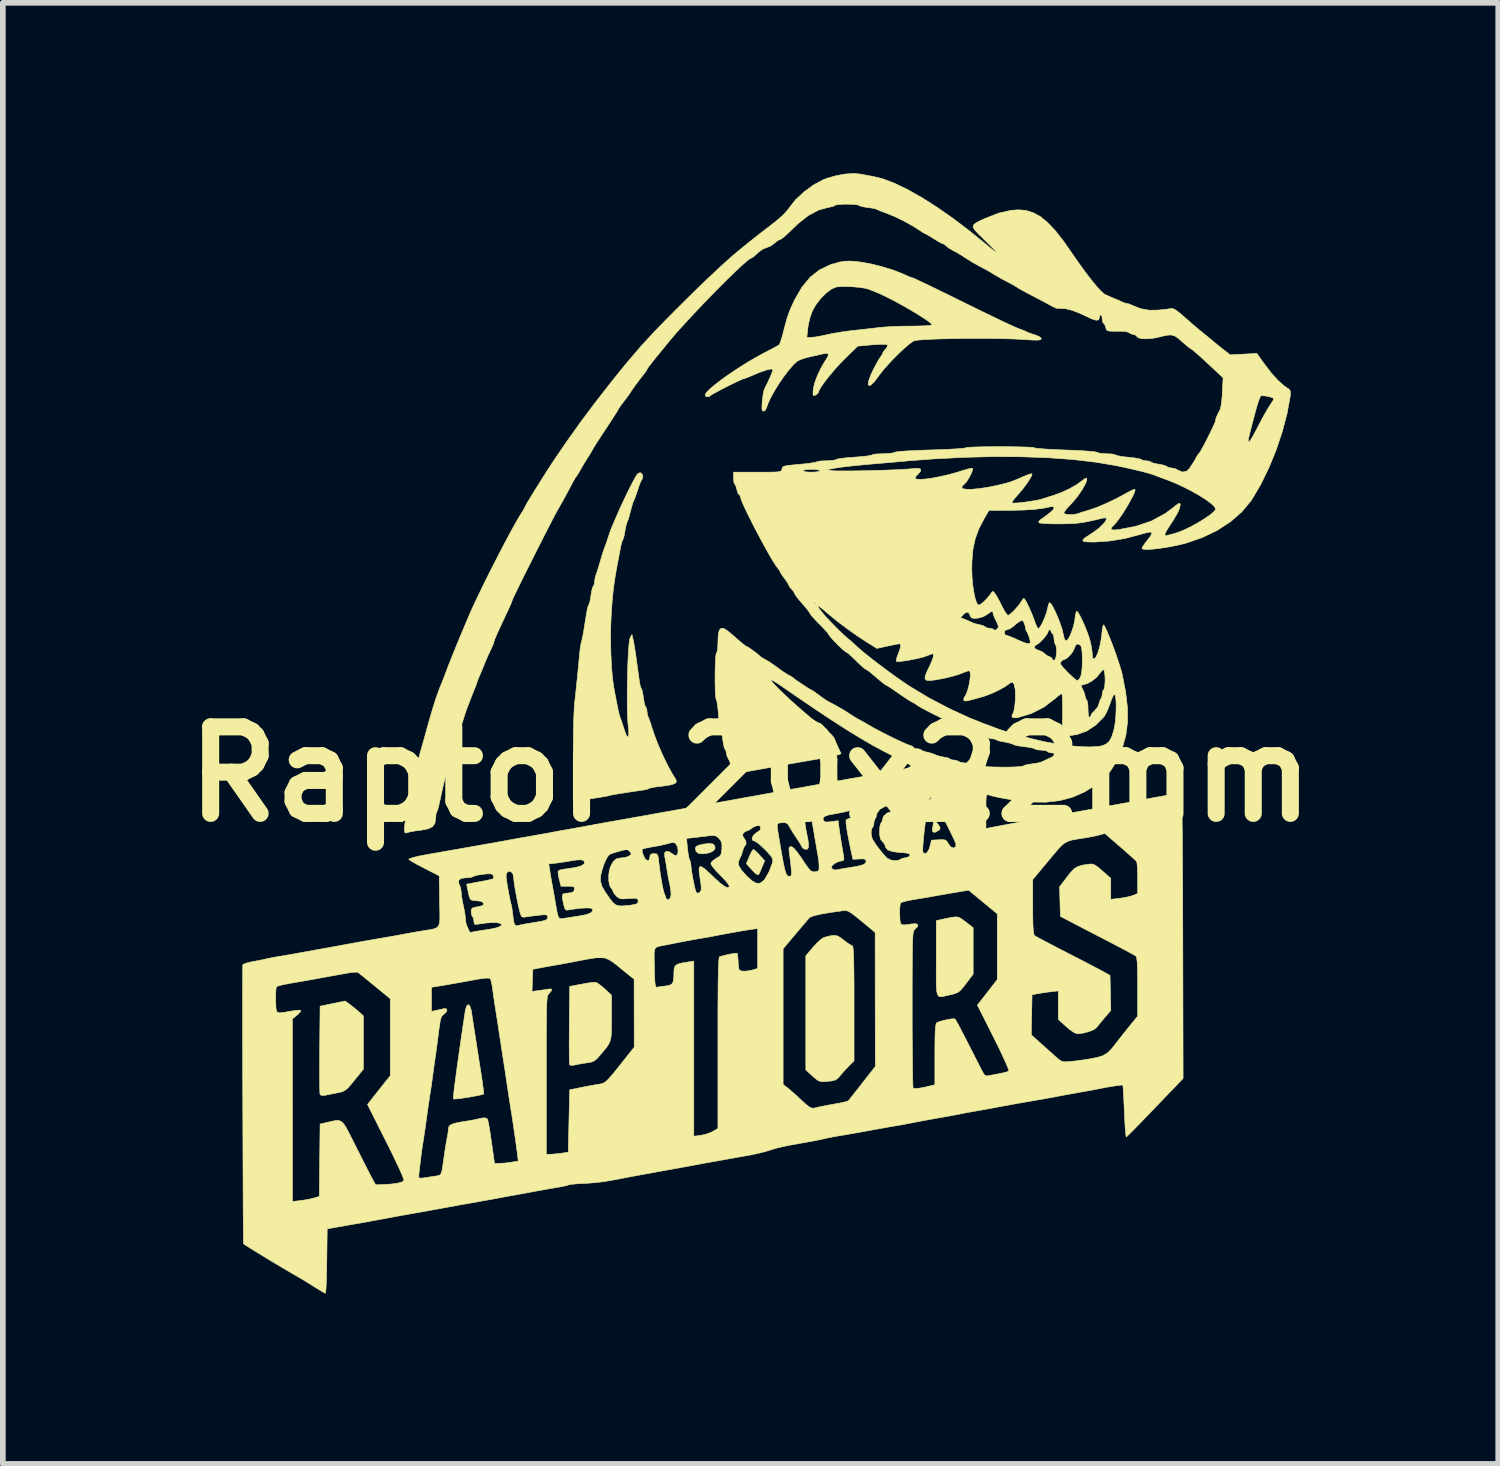
<source format=kicad_pcb>
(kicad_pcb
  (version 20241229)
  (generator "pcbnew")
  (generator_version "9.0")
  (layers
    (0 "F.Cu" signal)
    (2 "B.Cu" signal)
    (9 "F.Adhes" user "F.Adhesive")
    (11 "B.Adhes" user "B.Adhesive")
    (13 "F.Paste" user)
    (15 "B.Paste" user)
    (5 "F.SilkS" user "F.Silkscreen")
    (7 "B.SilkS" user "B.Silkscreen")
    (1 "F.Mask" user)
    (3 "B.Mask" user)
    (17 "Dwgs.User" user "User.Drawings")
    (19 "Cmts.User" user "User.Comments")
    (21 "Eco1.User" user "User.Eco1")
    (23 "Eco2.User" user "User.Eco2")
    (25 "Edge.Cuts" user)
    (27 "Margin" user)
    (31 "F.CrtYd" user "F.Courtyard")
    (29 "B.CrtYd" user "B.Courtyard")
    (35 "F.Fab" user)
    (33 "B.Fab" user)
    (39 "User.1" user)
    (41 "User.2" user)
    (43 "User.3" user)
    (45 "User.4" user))
  (footprint "Raptor 20x22mm"
    (layer "F.Cu")
    (at 10.167 10.585)
    (property "Reference" "Raptor 20x22mm" (at 0 0 0) (layer "F.SilkS") (effects (font (size 1.524 1.524) (thickness 0.3))))
    (attr through_hole)
    (fp_poly (pts (xy 3.265 0.838) (xy 3.305 0.884) (xy 3.31 0.891) (xy 3.338 0.938) (xy 3.336 0.966) (xy 3.308 0.991) (xy 3.246 1.024) (xy 3.21 1.015) (xy 3.203 0.967) (xy 3.206 0.946) (xy 3.217 0.885) (xy 3.222 0.846) (xy 3.222 0.846) (xy 3.234 0.824) (xy 3.265 0.838)) (stroke (width 0.01) (type solid)) (fill yes) (layer "F.SilkS"))
    (fp_poly (pts (xy -0.662 1.228) (xy -0.63 1.262) (xy -0.624 1.302) (xy -0.647 1.343) (xy -0.703 1.375) (xy -0.778 1.396) (xy -0.855 1.402) (xy -0.921 1.391) (xy -0.958 1.361) (xy -0.959 1.359) (xy -0.972 1.306) (xy -0.957 1.271) (xy -0.906 1.248) (xy -0.83 1.231) (xy -0.727 1.218) (xy -0.662 1.228)) (stroke (width 0.01) (type solid)) (fill yes) (layer "F.SilkS"))
    (fp_poly (pts (xy 0.076 1.341) (xy 0.123 1.385) (xy 0.16 1.424) (xy 0.25 1.524) (xy 0.21 1.617) (xy 0.182 1.685) (xy 0.16 1.735) (xy 0.157 1.742) (xy 0.139 1.768) (xy 0.11 1.764) (xy 0.065 1.726) (xy 0.016 1.674) (xy -0.073 1.575) (xy -0.021 1.45) (xy 0.011 1.38) (xy 0.038 1.334) (xy 0.05 1.324) (xy 0.076 1.341)) (stroke (width 0.01) (type solid)) (fill yes) (layer "F.SilkS"))
    (fp_poly (pts (xy -7.047 4.061) (xy -6.972 4.12) (xy -6.901 4.18) (xy -6.887 4.192) (xy -6.818 4.255) (xy -6.818 5.194) (xy -6.975 5.388) (xy -7.048 5.477) (xy -7.101 5.535) (xy -7.147 5.57) (xy -7.195 5.592) (xy -7.259 5.607) (xy -7.281 5.611) (xy -7.374 5.63) (xy -7.458 5.647) (xy -7.5 5.655) (xy -7.559 5.655) (xy -7.581 5.638) (xy -7.584 5.606) (xy -7.586 5.53) (xy -7.588 5.417) (xy -7.588 5.274) (xy -7.588 5.106) (xy -7.587 4.92) (xy -7.587 4.845) (xy -7.58 4.084) (xy -7.359 4.039) (xy -7.139 3.993) (xy -7.047 4.061)) (stroke (width 0.01) (type solid)) (fill yes) (layer "F.SilkS"))
    (fp_poly (pts (xy 3.663 2.518) (xy 3.704 2.538) (xy 3.751 2.572) (xy 3.788 2.6) (xy 3.921 2.703) (xy 3.921 3.521) (xy 3.807 3.67) (xy 3.741 3.756) (xy 3.692 3.811) (xy 3.647 3.844) (xy 3.592 3.866) (xy 3.515 3.884) (xy 3.497 3.888) (xy 3.43 3.904) (xy 3.377 3.916) (xy 3.338 3.918) (xy 3.31 3.906) (xy 3.291 3.874) (xy 3.279 3.818) (xy 3.273 3.732) (xy 3.271 3.611) (xy 3.271 3.45) (xy 3.272 3.25) (xy 3.272 2.578) (xy 3.34 2.563) (xy 3.467 2.535) (xy 3.556 2.518) (xy 3.618 2.512) (xy 3.663 2.518)) (stroke (width 0.01) (type solid)) (fill yes) (layer "F.SilkS"))
    (fp_poly (pts (xy -4.945 4.078) (xy -4.921 4.144) (xy -4.916 4.171) (xy -4.875 4.441) (xy -4.831 4.721) (xy -4.789 4.994) (xy -4.75 5.239) (xy -4.744 5.278) (xy -4.725 5.403) (xy -4.711 5.508) (xy -4.701 5.586) (xy -4.698 5.627) (xy -4.699 5.631) (xy -4.73 5.642) (xy -4.796 5.657) (xy -4.885 5.674) (xy -4.983 5.691) (xy -5.08 5.705) (xy -5.162 5.716) (xy -5.217 5.72) (xy -5.233 5.718) (xy -5.233 5.689) (xy -5.226 5.617) (xy -5.213 5.507) (xy -5.195 5.366) (xy -5.173 5.2) (xy -5.147 5.014) (xy -5.119 4.814) (xy -5.089 4.607) (xy -5.058 4.398) (xy -5.027 4.194) (xy -5.022 4.158) (xy -5.001 4.084) (xy -4.973 4.057) (xy -4.945 4.078)) (stroke (width 0.01) (type solid)) (fill yes) (layer "F.SilkS"))
    (fp_poly (pts (xy -2.722 3.665) (xy -2.684 3.686) (xy -2.624 3.731) (xy -2.565 3.783) (xy -2.448 3.891) (xy -2.448 4.288) (xy -2.448 4.44) (xy -2.45 4.553) (xy -2.458 4.637) (xy -2.474 4.702) (xy -2.501 4.76) (xy -2.543 4.82) (xy -2.603 4.893) (xy -2.641 4.937) (xy -2.704 5.008) (xy -2.755 5.049) (xy -2.81 5.071) (xy -2.88 5.082) (xy -2.974 5.096) (xy -3.062 5.113) (xy -3.092 5.12) (xy -3.157 5.13) (xy -3.185 5.113) (xy -3.186 5.112) (xy -3.189 5.08) (xy -3.191 5.004) (xy -3.192 4.893) (xy -3.193 4.752) (xy -3.192 4.588) (xy -3.191 4.409) (xy -3.191 4.409) (xy -3.184 3.736) (xy -2.972 3.696) (xy -2.871 3.678) (xy -2.786 3.667) (xy -2.731 3.664) (xy -2.722 3.665)) (stroke (width 0.01) (type solid)) (fill yes) (layer "F.SilkS"))
    (fp_poly (pts (xy 1.529 2.847) (xy 1.583 2.877) (xy 1.644 2.923) (xy 1.713 2.975) (xy 1.768 3.01) (xy 1.796 3.022) (xy 1.803 3.039) (xy 1.809 3.092) (xy 1.814 3.182) (xy 1.818 3.312) (xy 1.821 3.485) (xy 1.823 3.703) (xy 1.823 3.968) (xy 1.823 4.035) (xy 1.823 5.048) (xy 1.741 5.128) (xy 1.672 5.201) (xy 1.6 5.282) (xy 1.585 5.301) (xy 1.538 5.355) (xy 1.493 5.385) (xy 1.43 5.401) (xy 1.361 5.408) (xy 1.278 5.414) (xy 1.223 5.408) (xy 1.176 5.385) (xy 1.117 5.337) (xy 1.092 5.314) (xy 0.974 5.207) (xy 0.974 3.197) (xy 1.105 3.043) (xy 1.175 2.968) (xy 1.241 2.908) (xy 1.291 2.874) (xy 1.299 2.872) (xy 1.402 2.846) (xy 1.474 2.837) (xy 1.529 2.847)) (stroke (width 0.01) (type solid)) (fill yes) (layer "F.SilkS"))
    (fp_poly (pts (xy -1.91 -5.288) (xy -1.896 -5.245) (xy -1.908 -5.196) (xy -1.919 -5.181) (xy -1.937 -5.146) (xy -1.963 -5.079) (xy -1.986 -5.008) (xy -2.014 -4.925) (xy -2.037 -4.861) (xy -2.05 -4.833) (xy -2.068 -4.792) (xy -2.086 -4.733) (xy -2.102 -4.676) (xy -2.11 -4.646) (xy -2.11 -4.645) (xy -2.119 -4.615) (xy -2.133 -4.558) (xy -2.133 -4.558) (xy -2.153 -4.49) (xy -2.172 -4.443) (xy -2.188 -4.395) (xy -2.205 -4.32) (xy -2.211 -4.281) (xy -2.225 -4.204) (xy -2.241 -4.148) (xy -2.248 -4.133) (xy -2.265 -4.093) (xy -2.282 -4.029) (xy -2.283 -4.021) (xy -2.324 -3.809) (xy -2.357 -3.635) (xy -2.382 -3.491) (xy -2.401 -3.367) (xy -2.416 -3.253) (xy -2.428 -3.139) (xy -2.439 -3.016) (xy -2.449 -2.874) (xy -2.453 -2.811) (xy -2.462 -2.594) (xy -2.464 -2.362) (xy -2.459 -2.127) (xy -2.448 -1.902) (xy -2.431 -1.699) (xy -2.408 -1.529) (xy -2.4 -1.486) (xy -2.381 -1.387) (xy -2.359 -1.273) (xy -2.347 -1.211) (xy -2.329 -1.122) (xy -2.311 -1.047) (xy -2.3 -1.012) (xy -2.279 -0.956) (xy -2.254 -0.88) (xy -2.248 -0.862) (xy -2.213 -0.756) (xy -2.189 -0.692) (xy -2.172 -0.662) (xy -2.158 -0.66) (xy -2.151 -0.67) (xy -2.144 -0.709) (xy -2.146 -0.781) (xy -2.155 -0.869) (xy -2.163 -0.953) (xy -2.168 -1.072) (xy -2.171 -1.218) (xy -2.171 -1.382) (xy -2.17 -1.556) (xy -2.166 -1.733) (xy -2.162 -1.904) (xy -2.155 -2.062) (xy -2.147 -2.199) (xy -2.138 -2.306) (xy -2.128 -2.377) (xy -2.122 -2.398) (xy -2.088 -2.46) (xy -2.067 -2.373) (xy -2.055 -2.312) (xy -2.039 -2.216) (xy -2.021 -2.1) (xy -2.009 -2.011) (xy -1.986 -1.846) (xy -1.969 -1.724) (xy -1.957 -1.638) (xy -1.947 -1.581) (xy -1.939 -1.545) (xy -1.931 -1.525) (xy -1.923 -1.512) (xy -1.923 -1.511) (xy -1.909 -1.474) (xy -1.894 -1.404) (xy -1.885 -1.342) (xy -1.872 -1.262) (xy -1.856 -1.204) (xy -1.845 -1.185) (xy -1.828 -1.152) (xy -1.823 -1.11) (xy -1.814 -1.043) (xy -1.8 -1.005) (xy -1.78 -0.957) (xy -1.754 -0.881) (xy -1.737 -0.824) (xy -1.687 -0.675) (xy -1.62 -0.504) (xy -1.542 -0.327) (xy -1.461 -0.161) (xy -1.384 -0.019) (xy -1.351 0.034) (xy -1.314 0.094) (xy -1.304 0.128) (xy -1.318 0.151) (xy -1.332 0.162) (xy -1.377 0.18) (xy -1.456 0.197) (xy -1.553 0.21) (xy -1.568 0.212) (xy -1.663 0.223) (xy -1.739 0.236) (xy -1.783 0.248) (xy -1.786 0.25) (xy -1.824 0.265) (xy -1.892 0.279) (xy -1.923 0.284) (xy -2.014 0.296) (xy -2.12 0.312) (xy -2.229 0.329) (xy -2.332 0.345) (xy -2.416 0.36) (xy -2.47 0.37) (xy -2.485 0.375) (xy -2.498 0.379) (xy -2.54 0.387) (xy -2.614 0.4) (xy -2.726 0.418) (xy -2.88 0.442) (xy -3.028 0.465) (xy -3.122 0.48) (xy -3.122 -0.29) (xy -3.121 -0.492) (xy -3.119 -0.688) (xy -3.115 -0.87) (xy -3.111 -1.029) (xy -3.105 -1.156) (xy -3.099 -1.245) (xy -3.097 -1.26) (xy -3.082 -1.393) (xy -3.064 -1.564) (xy -3.044 -1.759) (xy -3.024 -1.967) (xy -3.006 -2.16) (xy -2.996 -2.241) (xy -2.984 -2.304) (xy -2.979 -2.323) (xy -2.968 -2.364) (xy -2.952 -2.44) (xy -2.935 -2.537) (xy -2.93 -2.572) (xy -2.906 -2.719) (xy -2.889 -2.825) (xy -2.876 -2.896) (xy -2.866 -2.941) (xy -2.856 -2.968) (xy -2.847 -2.984) (xy -2.847 -2.985) (xy -2.833 -3.022) (xy -2.818 -3.091) (xy -2.809 -3.153) (xy -2.796 -3.234) (xy -2.78 -3.291) (xy -2.769 -3.311) (xy -2.752 -3.344) (xy -2.747 -3.384) (xy -2.737 -3.457) (xy -2.724 -3.502) (xy -2.706 -3.553) (xy -2.68 -3.636) (xy -2.651 -3.734) (xy -2.647 -3.746) (xy -2.619 -3.843) (xy -2.593 -3.926) (xy -2.574 -3.979) (xy -2.572 -3.984) (xy -2.552 -4.036) (xy -2.525 -4.114) (xy -2.511 -4.158) (xy -2.483 -4.242) (xy -2.457 -4.314) (xy -2.447 -4.339) (xy -2.416 -4.411) (xy -2.399 -4.452) (xy -2.334 -4.603) (xy -2.265 -4.756) (xy -2.195 -4.904) (xy -2.129 -5.039) (xy -2.07 -5.153) (xy -2.023 -5.24) (xy -1.989 -5.29) (xy -1.982 -5.297) (xy -1.941 -5.311) (xy -1.91 -5.288)) (stroke (width 0.01) (type solid)) (fill yes) (layer "F.SilkS"))
    (fp_poly (pts (xy 1.853 -9.031) (xy 1.954 -9.018) (xy 2.13 -8.985) (xy 2.322 -8.937) (xy 2.51 -8.879) (xy 2.674 -8.816) (xy 2.726 -8.792) (xy 2.793 -8.762) (xy 2.843 -8.744) (xy 2.854 -8.741) (xy 2.882 -8.731) (xy 2.948 -8.7) (xy 3.048 -8.653) (xy 3.177 -8.592) (xy 3.328 -8.518) (xy 3.497 -8.436) (xy 3.605 -8.382) (xy 3.867 -8.253) (xy 4.088 -8.145) (xy 4.272 -8.056) (xy 4.421 -7.984) (xy 4.54 -7.928) (xy 4.633 -7.886) (xy 4.702 -7.856) (xy 4.751 -7.837) (xy 4.77 -7.83) (xy 4.827 -7.809) (xy 4.858 -7.793) (xy 4.895 -7.776) (xy 4.962 -7.753) (xy 5.001 -7.741) (xy 5.076 -7.712) (xy 5.116 -7.682) (xy 5.12 -7.671) (xy 5.113 -7.656) (xy 5.089 -7.648) (xy 5.039 -7.645) (xy 4.956 -7.647) (xy 4.833 -7.654) (xy 4.789 -7.657) (xy 4.649 -7.665) (xy 4.484 -7.67) (xy 4.299 -7.674) (xy 4.101 -7.675) (xy 3.898 -7.675) (xy 3.695 -7.674) (xy 3.501 -7.67) (xy 3.321 -7.666) (xy 3.162 -7.66) (xy 3.031 -7.652) (xy 2.935 -7.644) (xy 2.881 -7.634) (xy 2.876 -7.632) (xy 2.809 -7.587) (xy 2.72 -7.512) (xy 2.618 -7.417) (xy 2.511 -7.31) (xy 2.409 -7.201) (xy 2.321 -7.099) (xy 2.262 -7.022) (xy 2.184 -6.918) (xy 2.125 -6.859) (xy 2.087 -6.842) (xy 2.072 -6.867) (xy 2.082 -6.931) (xy 2.119 -7.032) (xy 2.163 -7.126) (xy 2.21 -7.216) (xy 2.252 -7.292) (xy 2.283 -7.34) (xy 2.287 -7.345) (xy 2.316 -7.386) (xy 2.323 -7.406) (xy 2.338 -7.437) (xy 2.376 -7.484) (xy 2.377 -7.485) (xy 2.411 -7.533) (xy 2.409 -7.564) (xy 2.375 -7.571) (xy 2.304 -7.572) (xy 2.207 -7.568) (xy 2.135 -7.562) (xy 1.886 -7.539) (xy 1.665 -7.322) (xy 1.565 -7.22) (xy 1.467 -7.11) (xy 1.375 -7) (xy 1.297 -6.899) (xy 1.238 -6.814) (xy 1.204 -6.751) (xy 1.199 -6.73) (xy 1.178 -6.697) (xy 1.132 -6.672) (xy 1.106 -6.668) (xy 1.101 -6.691) (xy 1.102 -6.748) (xy 1.107 -6.791) (xy 1.129 -6.889) (xy 1.174 -7.01) (xy 1.233 -7.138) (xy 1.3 -7.256) (xy 1.327 -7.297) (xy 1.367 -7.365) (xy 1.368 -7.404) (xy 1.33 -7.413) (xy 1.305 -7.409) (xy 1.245 -7.396) (xy 1.157 -7.376) (xy 1.064 -7.356) (xy 0.968 -7.332) (xy 0.884 -7.304) (xy 0.832 -7.28) (xy 0.763 -7.22) (xy 0.679 -7.125) (xy 0.588 -7.006) (xy 0.498 -6.875) (xy 0.415 -6.74) (xy 0.346 -6.614) (xy 0.299 -6.507) (xy 0.285 -6.462) (xy 0.261 -6.412) (xy 0.231 -6.394) (xy 0.211 -6.401) (xy 0.202 -6.431) (xy 0.202 -6.492) (xy 0.207 -6.566) (xy 0.218 -6.661) (xy 0.232 -6.74) (xy 0.245 -6.785) (xy 0.302 -6.898) (xy 0.348 -6.998) (xy 0.38 -7.077) (xy 0.393 -7.124) (xy 0.392 -7.134) (xy 0.362 -7.136) (xy 0.303 -7.125) (xy 0.283 -7.119) (xy 0.215 -7.097) (xy 0.155 -7.076) (xy 0.084 -7.046) (xy -0.004 -7.008) (xy -0.066 -6.983) (xy -0.107 -6.969) (xy -0.112 -6.968) (xy -0.144 -6.957) (xy -0.209 -6.928) (xy -0.296 -6.887) (xy -0.395 -6.838) (xy -0.495 -6.787) (xy -0.585 -6.739) (xy -0.655 -6.701) (xy -0.693 -6.677) (xy -0.695 -6.675) (xy -0.742 -6.647) (xy -0.783 -6.649) (xy -0.799 -6.679) (xy -0.779 -6.719) (xy -0.721 -6.779) (xy -0.631 -6.856) (xy -0.517 -6.944) (xy -0.384 -7.039) (xy -0.238 -7.137) (xy -0.086 -7.234) (xy 0.068 -7.325) (xy 0.215 -7.406) (xy 0.243 -7.421) (xy 0.344 -7.473) (xy 0.428 -7.518) (xy 0.486 -7.551) (xy 0.507 -7.565) (xy 0.522 -7.597) (xy 0.545 -7.665) (xy 0.553 -7.692) (xy 0.992 -7.692) (xy 1.064 -7.694) (xy 1.135 -7.7) (xy 1.222 -7.714) (xy 1.249 -7.72) (xy 1.431 -7.759) (xy 1.593 -7.787) (xy 1.758 -7.81) (xy 1.836 -7.818) (xy 1.97 -7.833) (xy 2.117 -7.849) (xy 2.248 -7.865) (xy 2.262 -7.867) (xy 2.363 -7.876) (xy 2.499 -7.884) (xy 2.651 -7.89) (xy 2.804 -7.892) (xy 2.83 -7.892) (xy 2.964 -7.894) (xy 3.075 -7.898) (xy 3.154 -7.904) (xy 3.194 -7.912) (xy 3.197 -7.915) (xy 3.176 -7.942) (xy 3.118 -7.987) (xy 3.029 -8.047) (xy 2.919 -8.116) (xy 2.793 -8.191) (xy 2.659 -8.267) (xy 2.525 -8.34) (xy 2.397 -8.405) (xy 2.283 -8.46) (xy 2.21 -8.491) (xy 2.151 -8.515) (xy 2.085 -8.541) (xy 2.013 -8.56) (xy 1.908 -8.575) (xy 1.786 -8.586) (xy 1.665 -8.59) (xy 1.56 -8.587) (xy 1.511 -8.581) (xy 1.426 -8.545) (xy 1.332 -8.475) (xy 1.237 -8.38) (xy 1.152 -8.27) (xy 1.09 -8.16) (xy 1.051 -8.054) (xy 1.021 -7.931) (xy 1.009 -7.856) (xy 0.992 -7.692) (xy 0.553 -7.692) (xy 0.57 -7.754) (xy 0.574 -7.77) (xy 0.612 -7.917) (xy 0.644 -8.03) (xy 0.675 -8.122) (xy 0.709 -8.207) (xy 0.751 -8.3) (xy 0.783 -8.366) (xy 0.909 -8.582) (xy 1.052 -8.754) (xy 1.218 -8.884) (xy 1.409 -8.975) (xy 1.57 -9.02) (xy 1.661 -9.034) (xy 1.749 -9.038) (xy 1.853 -9.031)) (stroke (width 0.01) (type solid)) (fill yes) (layer "F.SilkS"))
    (fp_poly (pts (xy 1.938 -10.569) (xy 2.036 -10.55) (xy 2.133 -10.532) (xy 2.16 -10.527) (xy 2.336 -10.484) (xy 2.54 -10.406) (xy 2.769 -10.295) (xy 3.019 -10.154) (xy 3.286 -9.984) (xy 3.566 -9.789) (xy 3.854 -9.57) (xy 4.127 -9.349) (xy 4.213 -9.277) (xy 4.283 -9.221) (xy 4.33 -9.186) (xy 4.346 -9.178) (xy 4.329 -9.199) (xy 4.283 -9.248) (xy 4.214 -9.318) (xy 4.13 -9.401) (xy 4.115 -9.416) (xy 4.015 -9.514) (xy 3.95 -9.584) (xy 3.92 -9.635) (xy 3.927 -9.674) (xy 3.969 -9.709) (xy 4.048 -9.75) (xy 4.133 -9.789) (xy 4.372 -9.882) (xy 4.59 -9.931) (xy 4.72 -9.94) (xy 4.854 -9.928) (xy 4.982 -9.888) (xy 5.107 -9.819) (xy 5.233 -9.715) (xy 5.366 -9.575) (xy 5.508 -9.394) (xy 5.638 -9.208) (xy 5.765 -9.024) (xy 5.886 -8.857) (xy 5.997 -8.712) (xy 6.094 -8.594) (xy 6.174 -8.507) (xy 6.232 -8.456) (xy 6.244 -8.449) (xy 6.308 -8.42) (xy 6.388 -8.385) (xy 6.406 -8.378) (xy 6.479 -8.347) (xy 6.539 -8.32) (xy 6.549 -8.315) (xy 6.602 -8.295) (xy 6.624 -8.292) (xy 6.669 -8.281) (xy 6.718 -8.26) (xy 6.87 -8.198) (xy 7.025 -8.172) (xy 7.172 -8.174) (xy 7.27 -8.183) (xy 7.353 -8.193) (xy 7.404 -8.202) (xy 7.405 -8.203) (xy 7.441 -8.2) (xy 7.492 -8.173) (xy 7.566 -8.116) (xy 7.644 -8.049) (xy 7.739 -7.965) (xy 7.834 -7.883) (xy 7.915 -7.815) (xy 7.943 -7.792) (xy 8.025 -7.726) (xy 8.108 -7.658) (xy 8.141 -7.63) (xy 8.216 -7.568) (xy 8.302 -7.499) (xy 8.338 -7.471) (xy 8.447 -7.386) (xy 8.917 -7.411) (xy 9.034 -7.246) (xy 9.169 -7.069) (xy 9.294 -6.93) (xy 9.404 -6.835) (xy 9.432 -6.816) (xy 9.484 -6.78) (xy 9.507 -6.746) (xy 9.508 -6.693) (xy 9.503 -6.647) (xy 9.448 -6.348) (xy 9.364 -6.03) (xy 9.256 -5.708) (xy 9.127 -5.393) (xy 8.984 -5.1) (xy 8.831 -4.842) (xy 8.813 -4.815) (xy 8.654 -4.623) (xy 8.454 -4.448) (xy 8.219 -4.295) (xy 7.955 -4.168) (xy 7.669 -4.07) (xy 7.642 -4.063) (xy 7.505 -4.03) (xy 7.365 -4.003) (xy 7.228 -3.981) (xy 7.104 -3.966) (xy 7.002 -3.959) (xy 6.929 -3.961) (xy 6.895 -3.972) (xy 6.893 -3.977) (xy 6.908 -4.01) (xy 6.946 -4.066) (xy 6.981 -4.11) (xy 7.042 -4.19) (xy 7.069 -4.24) (xy 7.058 -4.264) (xy 7.007 -4.262) (xy 6.914 -4.238) (xy 6.861 -4.222) (xy 6.595 -4.152) (xy 6.319 -4.107) (xy 6.054 -4.089) (xy 5.925 -4.092) (xy 5.865 -4.101) (xy 5.85 -4.122) (xy 5.88 -4.156) (xy 5.956 -4.206) (xy 5.96 -4.209) (xy 6.056 -4.272) (xy 6.14 -4.337) (xy 6.207 -4.4) (xy 6.251 -4.454) (xy 6.269 -4.494) (xy 6.256 -4.515) (xy 6.213 -4.513) (xy 6.051 -4.474) (xy 5.924 -4.447) (xy 5.818 -4.429) (xy 5.719 -4.418) (xy 5.614 -4.412) (xy 5.489 -4.41) (xy 5.441 -4.409) (xy 5.314 -4.41) (xy 5.206 -4.414) (xy 5.125 -4.42) (xy 5.082 -4.427) (xy 5.078 -4.429) (xy 5.08 -4.456) (xy 5.108 -4.484) (xy 5.221 -4.564) (xy 5.295 -4.624) (xy 5.335 -4.665) (xy 5.345 -4.691) (xy 5.331 -4.714) (xy 5.284 -4.711) (xy 5.276 -4.709) (xy 5.146 -4.683) (xy 4.995 -4.664) (xy 4.815 -4.653) (xy 4.596 -4.648) (xy 4.565 -4.648) (xy 4.198 -4.645) (xy 4.115 -4.502) (xy 4.021 -4.321) (xy 3.957 -4.145) (xy 3.917 -3.958) (xy 3.899 -3.746) (xy 3.897 -3.618) (xy 3.901 -3.475) (xy 3.914 -3.334) (xy 3.933 -3.206) (xy 3.956 -3.097) (xy 3.982 -3.019) (xy 4.009 -2.981) (xy 4.012 -2.979) (xy 4.047 -2.99) (xy 4.1 -3.03) (xy 4.159 -3.089) (xy 4.214 -3.155) (xy 4.225 -3.172) (xy 4.256 -3.214) (xy 4.277 -3.216) (xy 4.304 -3.184) (xy 4.334 -3.138) (xy 4.376 -3.062) (xy 4.422 -2.972) (xy 4.425 -2.966) (xy 4.468 -2.885) (xy 4.506 -2.825) (xy 4.532 -2.798) (xy 4.534 -2.797) (xy 4.567 -2.815) (xy 4.619 -2.86) (xy 4.677 -2.921) (xy 4.73 -2.984) (xy 4.767 -3.038) (xy 4.768 -3.041) (xy 4.796 -3.083) (xy 4.815 -3.097) (xy 4.834 -3.075) (xy 4.866 -3.018) (xy 4.906 -2.937) (xy 4.947 -2.842) (xy 4.986 -2.746) (xy 5.014 -2.667) (xy 5.04 -2.602) (xy 5.064 -2.566) (xy 5.074 -2.563) (xy 5.103 -2.598) (xy 5.14 -2.666) (xy 5.178 -2.752) (xy 5.211 -2.84) (xy 5.231 -2.916) (xy 5.232 -2.922) (xy 5.247 -2.985) (xy 5.262 -3.019) (xy 5.267 -3.022) (xy 5.293 -3) (xy 5.329 -2.941) (xy 5.371 -2.856) (xy 5.415 -2.755) (xy 5.455 -2.65) (xy 5.488 -2.55) (xy 5.507 -2.468) (xy 5.508 -2.461) (xy 5.525 -2.39) (xy 5.548 -2.351) (xy 5.557 -2.348) (xy 5.587 -2.37) (xy 5.622 -2.429) (xy 5.657 -2.512) (xy 5.688 -2.607) (xy 5.709 -2.701) (xy 5.714 -2.741) (xy 5.724 -2.814) (xy 5.737 -2.862) (xy 5.745 -2.872) (xy 5.767 -2.85) (xy 5.802 -2.792) (xy 5.843 -2.709) (xy 5.887 -2.61) (xy 5.928 -2.507) (xy 5.962 -2.411) (xy 5.979 -2.352) (xy 6.001 -2.253) (xy 6.015 -2.16) (xy 6.019 -2.106) (xy 6.026 -2.044) (xy 6.049 -2.029) (xy 6.05 -2.029) (xy 6.083 -2.063) (xy 6.116 -2.135) (xy 6.147 -2.235) (xy 6.171 -2.351) (xy 6.186 -2.464) (xy 6.195 -2.55) (xy 6.207 -2.609) (xy 6.218 -2.631) (xy 6.221 -2.63) (xy 6.245 -2.589) (xy 6.281 -2.511) (xy 6.325 -2.405) (xy 6.374 -2.28) (xy 6.423 -2.147) (xy 6.469 -2.014) (xy 6.508 -1.893) (xy 6.538 -1.792) (xy 6.545 -1.761) (xy 6.606 -1.451) (xy 6.638 -1.174) (xy 6.64 -0.923) (xy 6.611 -0.692) (xy 6.551 -0.472) (xy 6.46 -0.258) (xy 6.453 -0.244) (xy 6.345 -0.065) (xy 6.212 0.083) (xy 6.082 0.188) (xy 5.88 0.313) (xy 5.669 0.405) (xy 5.445 0.464) (xy 5.201 0.492) (xy 4.932 0.489) (xy 4.632 0.455) (xy 4.408 0.416) (xy 4.314 0.396) (xy 4.236 0.377) (xy 4.19 0.363) (xy 4.19 0.363) (xy 4.171 0.359) (xy 4.159 0.37) (xy 4.151 0.404) (xy 4.147 0.468) (xy 4.146 0.571) (xy 4.146 0.65) (xy 4.146 0.955) (xy 4.215 0.942) (xy 4.277 0.93) (xy 4.366 0.913) (xy 4.433 0.9) (xy 4.533 0.882) (xy 4.656 0.859) (xy 4.78 0.837) (xy 4.795 0.834) (xy 4.91 0.814) (xy 5.021 0.794) (xy 5.107 0.777) (xy 5.12 0.775) (xy 5.199 0.76) (xy 5.307 0.74) (xy 5.422 0.72) (xy 5.445 0.716) (xy 5.651 0.679) (xy 5.844 0.645) (xy 6.016 0.614) (xy 6.156 0.588) (xy 6.231 0.574) (xy 6.317 0.557) (xy 6.43 0.537) (xy 6.548 0.515) (xy 6.569 0.512) (xy 6.685 0.491) (xy 6.801 0.47) (xy 6.893 0.452) (xy 6.906 0.45) (xy 7.012 0.429) (xy 7.133 0.407) (xy 7.257 0.385) (xy 7.371 0.366) (xy 7.464 0.351) (xy 7.523 0.342) (xy 7.53 0.341) (xy 7.558 0.345) (xy 7.575 0.368) (xy 7.586 0.421) (xy 7.594 0.5) (xy 7.596 0.548) (xy 7.598 0.642) (xy 7.601 0.779) (xy 7.603 0.955) (xy 7.605 1.165) (xy 7.606 1.407) (xy 7.608 1.675) (xy 7.61 1.968) (xy 7.611 2.28) (xy 7.612 2.608) (xy 7.613 2.948) (xy 7.613 3.01) (xy 7.618 5.357) (xy 7.127 5.869) (xy 7 6.001) (xy 6.883 6.122) (xy 6.783 6.225) (xy 6.702 6.307) (xy 6.646 6.362) (xy 6.62 6.387) (xy 6.618 6.388) (xy 6.612 6.367) (xy 6.605 6.303) (xy 6.597 6.205) (xy 6.59 6.08) (xy 6.584 5.94) (xy 6.577 5.794) (xy 6.571 5.667) (xy 6.565 5.566) (xy 6.56 5.499) (xy 6.557 5.474) (xy 6.529 5.474) (xy 6.462 5.482) (xy 6.366 5.496) (xy 6.251 5.516) (xy 6.128 5.54) (xy 6.094 5.547) (xy 6.015 5.562) (xy 5.907 5.582) (xy 5.792 5.602) (xy 5.769 5.606) (xy 5.652 5.627) (xy 5.537 5.648) (xy 5.445 5.665) (xy 5.432 5.668) (xy 5.348 5.684) (xy 5.236 5.704) (xy 5.115 5.726) (xy 5.082 5.731) (xy 4.89 5.765) (xy 4.697 5.798) (xy 4.519 5.831) (xy 4.369 5.858) (xy 4.308 5.87) (xy 4.223 5.886) (xy 4.11 5.906) (xy 3.991 5.927) (xy 3.971 5.931) (xy 3.868 5.949) (xy 3.779 5.965) (xy 3.719 5.977) (xy 3.709 5.979) (xy 3.663 5.989) (xy 3.581 6.004) (xy 3.48 6.023) (xy 3.434 6.031) (xy 3.238 6.065) (xy 3.073 6.095) (xy 2.92 6.124) (xy 2.812 6.145) (xy 2.703 6.166) (xy 2.59 6.186) (xy 2.537 6.195) (xy 2.442 6.211) (xy 2.314 6.234) (xy 2.166 6.26) (xy 2.014 6.288) (xy 1.873 6.314) (xy 1.848 6.318) (xy 1.763 6.333) (xy 1.654 6.352) (xy 1.561 6.367) (xy 1.458 6.385) (xy 1.362 6.404) (xy 1.299 6.418) (xy 1.234 6.433) (xy 1.137 6.453) (xy 1.026 6.473) (xy 0.987 6.48) (xy 0.811 6.511) (xy 0.675 6.536) (xy 0.569 6.558) (xy 0.483 6.578) (xy 0.408 6.599) (xy 0.34 6.621) (xy 0.242 6.65) (xy 0.119 6.68) (xy -0.004 6.706) (xy -0.022 6.709) (xy -0.267 6.752) (xy -0.483 6.791) (xy -0.69 6.828) (xy -0.909 6.868) (xy -1.049 6.894) (xy -1.126 6.908) (xy -1.233 6.928) (xy -1.35 6.949) (xy -1.386 6.955) (xy -1.637 7.001) (xy -1.853 7.04) (xy -2.049 7.076) (xy -2.239 7.112) (xy -2.439 7.15) (xy -2.479 7.157) (xy -2.603 7.177) (xy -2.751 7.194) (xy -2.894 7.204) (xy -2.928 7.206) (xy -3.036 7.211) (xy -3.124 7.219) (xy -3.183 7.226) (xy -3.198 7.231) (xy -3.233 7.242) (xy -3.304 7.258) (xy -3.399 7.275) (xy -3.441 7.282) (xy -3.559 7.302) (xy -3.675 7.323) (xy -3.768 7.34) (xy -3.784 7.343) (xy -3.869 7.359) (xy -3.982 7.38) (xy -4.101 7.401) (xy -4.121 7.405) (xy -4.238 7.426) (xy -4.353 7.447) (xy -4.446 7.464) (xy -4.458 7.467) (xy -4.544 7.483) (xy -4.657 7.503) (xy -4.775 7.524) (xy -4.795 7.528) (xy -4.978 7.56) (xy -5.187 7.597) (xy -5.398 7.636) (xy -5.582 7.669) (xy -5.666 7.685) (xy -5.778 7.705) (xy -5.898 7.726) (xy -5.932 7.732) (xy -6.071 7.757) (xy -6.191 7.778) (xy -6.309 7.8) (xy -6.442 7.825) (xy -6.594 7.853) (xy -6.715 7.875) (xy -6.84 7.898) (xy -6.944 7.916) (xy -6.956 7.918) (xy -7.064 7.937) (xy -7.189 7.959) (xy -7.28 7.975) (xy -7.455 8.006) (xy -7.462 8.573) (xy -7.465 8.736) (xy -7.468 8.88) (xy -7.473 8.999) (xy -7.478 9.085) (xy -7.484 9.133) (xy -7.487 9.14) (xy -7.515 9.126) (xy -7.574 9.092) (xy -7.655 9.043) (xy -7.705 9.012) (xy -7.802 8.951) (xy -7.892 8.895) (xy -7.961 8.855) (xy -7.98 8.844) (xy -8.059 8.799) (xy -8.161 8.739) (xy -8.28 8.669) (xy -8.406 8.593) (xy -8.534 8.516) (xy -8.655 8.442) (xy -8.762 8.376) (xy -8.848 8.322) (xy -8.906 8.285) (xy -8.927 8.269) (xy -8.929 8.243) (xy -8.93 8.171) (xy -8.931 8.057) (xy -8.932 7.906) (xy -8.934 7.721) (xy -8.935 7.507) (xy -8.936 7.267) (xy -8.937 7.007) (xy -8.938 6.729) (xy -8.939 6.438) (xy -8.94 6.139) (xy -8.941 5.835) (xy -8.942 5.531) (xy -8.943 5.23) (xy -8.943 4.936) (xy -8.944 4.655) (xy -8.944 4.389) (xy -8.944 4.143) (xy -8.944 3.94) (xy -8.363 3.94) (xy -8.362 3.986) (xy -8.359 4.09) (xy -8.352 4.156) (xy -8.332 4.192) (xy -8.29 4.202) (xy -8.218 4.194) (xy -8.105 4.174) (xy -8.095 4.172) (xy -8.011 4.16) (xy -7.948 4.155) (xy -7.92 4.159) (xy -7.928 4.183) (xy -7.966 4.224) (xy -7.986 4.241) (xy -8.068 4.308) (xy -8.067 5.916) (xy -8.067 7.524) (xy -7.923 7.508) (xy -7.824 7.493) (xy -7.729 7.474) (xy -7.687 7.463) (xy -7.593 7.435) (xy -7.587 6.798) (xy -7.58 6.16) (xy -7.443 6.128) (xy -7.36 6.109) (xy -7.297 6.097) (xy -7.247 6.098) (xy -7.204 6.117) (xy -7.163 6.158) (xy -7.119 6.227) (xy -7.065 6.328) (xy -6.996 6.465) (xy -6.956 6.545) (xy -6.882 6.691) (xy -6.812 6.83) (xy -6.75 6.952) (xy -6.7 7.049) (xy -6.668 7.11) (xy -6.666 7.113) (xy -6.602 7.23) (xy -6.467 7.226) (xy -6.32 7.216) (xy -6.207 7.2) (xy -6.132 7.178) (xy -6.102 7.153) (xy -6.11 7.123) (xy -6.118 7.102) (xy -5.844 7.102) (xy -5.823 7.112) (xy -5.769 7.111) (xy -5.751 7.108) (xy -5.661 7.094) (xy -5.564 7.079) (xy -5.552 7.078) (xy -5.508 7.071) (xy -5.477 7.061) (xy -5.455 7.041) (xy -5.438 7.001) (xy -5.425 6.935) (xy -5.41 6.833) (xy -5.394 6.718) (xy -5.378 6.605) (xy -5.36 6.497) (xy -5.345 6.414) (xy -5.343 6.401) (xy -5.328 6.32) (xy -5.32 6.249) (xy -5.32 6.236) (xy -5.309 6.199) (xy -5.274 6.17) (xy -5.207 6.146) (xy -5.101 6.124) (xy -4.995 6.108) (xy -4.895 6.091) (xy -4.792 6.069) (xy -4.775 6.064) (xy -4.69 6.05) (xy -4.644 6.06) (xy -4.642 6.062) (xy -4.633 6.077) (xy -4.623 6.108) (xy -4.612 6.158) (xy -4.598 6.236) (xy -4.581 6.344) (xy -4.56 6.49) (xy -4.533 6.678) (xy -4.524 6.743) (xy -4.508 6.856) (xy -4.408 6.852) (xy -4.315 6.846) (xy -4.216 6.833) (xy -4.199 6.83) (xy -4.09 6.811) (xy -4.104 6.696) (xy -4.12 6.578) (xy -4.14 6.429) (xy -4.164 6.266) (xy -4.187 6.106) (xy -4.209 5.966) (xy -4.221 5.894) (xy -4.236 5.797) (xy -4.256 5.67) (xy -4.276 5.535) (xy -4.286 5.47) (xy -4.305 5.343) (xy -4.323 5.217) (xy -4.34 5.113) (xy -4.346 5.07) (xy -4.36 4.983) (xy -4.378 4.866) (xy -4.397 4.739) (xy -4.406 4.683) (xy -4.428 4.537) (xy -4.453 4.372) (xy -4.477 4.218) (xy -4.483 4.183) (xy -4.503 4.055) (xy -4.522 3.925) (xy -4.536 3.825) (xy -3.848 3.825) (xy -3.729 3.809) (xy -3.644 3.797) (xy -3.573 3.786) (xy -3.553 3.782) (xy -3.507 3.782) (xy -3.502 3.806) (xy -3.539 3.852) (xy -3.547 3.859) (xy -3.557 3.87) (xy -3.566 3.884) (xy -3.574 3.906) (xy -3.58 3.94) (xy -3.585 3.989) (xy -3.589 4.057) (xy -3.592 4.149) (xy -3.594 4.269) (xy -3.595 4.42) (xy -3.596 4.606) (xy -3.596 4.832) (xy -3.596 5.101) (xy -3.596 5.299) (xy -3.596 6.693) (xy -3.515 6.692) (xy -3.438 6.686) (xy -3.345 6.676) (xy -3.322 6.673) (xy -3.209 6.656) (xy -3.197 6.106) (xy -3.184 5.557) (xy -3.084 5.537) (xy -2.942 5.508) (xy -2.836 5.488) (xy -2.756 5.473) (xy -2.689 5.462) (xy -2.655 5.457) (xy -2.615 5.448) (xy -2.578 5.433) (xy -2.54 5.406) (xy -2.493 5.359) (xy -2.432 5.289) (xy -2.35 5.187) (xy -2.3 5.124) (xy -2.048 4.808) (xy -2.05 3.609) (xy -2.251 3.447) (xy -2.352 3.364) (xy -2.432 3.303) (xy -2.5 3.261) (xy -2.566 3.236) (xy -2.639 3.228) (xy -2.728 3.233) (xy -2.843 3.251) (xy -2.994 3.279) (xy -3.084 3.297) (xy -3.17 3.313) (xy -3.283 3.334) (xy -3.401 3.356) (xy -3.422 3.359) (xy -3.534 3.379) (xy -3.64 3.398) (xy -3.721 3.413) (xy -3.734 3.416) (xy -3.834 3.435) (xy -3.848 3.825) (xy -4.536 3.825) (xy -4.537 3.814) (xy -4.542 3.777) (xy -4.556 3.691) (xy -4.572 3.626) (xy -4.585 3.597) (xy -4.623 3.589) (xy -4.701 3.594) (xy -4.808 3.61) (xy -4.943 3.635) (xy -5.091 3.662) (xy -5.24 3.688) (xy -5.376 3.712) (xy -5.486 3.73) (xy -5.538 3.739) (xy -5.619 3.752) (xy -5.619 4.177) (xy -5.538 4.159) (xy -5.463 4.142) (xy -5.401 4.128) (xy -5.356 4.13) (xy -5.345 4.158) (xy -5.367 4.198) (xy -5.402 4.228) (xy -5.428 4.25) (xy -5.448 4.285) (xy -5.464 4.342) (xy -5.478 4.43) (xy -5.492 4.536) (xy -5.508 4.663) (xy -5.524 4.786) (xy -5.538 4.887) (xy -5.544 4.933) (xy -5.557 5.019) (xy -5.573 5.132) (xy -5.589 5.251) (xy -5.592 5.27) (xy -5.608 5.392) (xy -5.626 5.518) (xy -5.642 5.622) (xy -5.644 5.632) (xy -5.657 5.72) (xy -5.675 5.84) (xy -5.694 5.974) (xy -5.707 6.069) (xy -5.725 6.2) (xy -5.744 6.328) (xy -5.76 6.436) (xy -5.77 6.494) (xy -5.781 6.566) (xy -5.795 6.666) (xy -5.809 6.78) (xy -5.823 6.894) (xy -5.835 6.995) (xy -5.842 7.07) (xy -5.844 7.102) (xy -6.118 7.102) (xy -6.137 7.054) (xy -6.182 6.953) (xy -6.242 6.825) (xy -6.314 6.675) (xy -6.395 6.511) (xy -6.417 6.468) (xy -6.745 5.816) (xy -6.663 5.712) (xy -6.605 5.637) (xy -6.531 5.544) (xy -6.463 5.458) (xy -6.344 5.31) (xy -6.344 3.953) (xy -6.612 3.733) (xy -6.712 3.651) (xy -6.799 3.58) (xy -6.865 3.527) (xy -6.903 3.496) (xy -6.907 3.493) (xy -6.946 3.485) (xy -7.014 3.489) (xy -7.057 3.495) (xy -7.161 3.514) (xy -7.302 3.539) (xy -7.47 3.569) (xy -7.651 3.602) (xy -7.755 3.621) (xy -7.855 3.639) (xy -7.979 3.66) (xy -8.102 3.681) (xy -8.114 3.684) (xy -8.213 3.702) (xy -8.292 3.721) (xy -8.34 3.737) (xy -8.347 3.741) (xy -8.356 3.775) (xy -8.361 3.845) (xy -8.363 3.94) (xy -8.944 3.94) (xy -8.944 3.922) (xy -8.944 3.729) (xy -8.943 3.568) (xy -8.943 3.443) (xy -8.942 3.359) (xy -8.942 3.357) (xy -8.919 3.34) (xy -8.859 3.32) (xy -8.774 3.301) (xy -8.76 3.298) (xy -8.666 3.281) (xy -8.589 3.266) (xy -8.543 3.255) (xy -8.542 3.254) (xy -8.501 3.245) (xy -8.425 3.23) (xy -8.368 3.22) (xy -1.697 3.22) (xy -1.694 3.342) (xy -1.693 3.404) (xy -1.689 3.546) (xy -1.685 3.645) (xy -1.678 3.707) (xy -1.668 3.741) (xy -1.655 3.751) (xy -1.649 3.751) (xy -1.603 3.743) (xy -1.53 3.733) (xy -1.495 3.729) (xy -1.425 3.716) (xy -1.382 3.691) (xy -1.359 3.644) (xy -1.35 3.564) (xy -1.349 3.49) (xy -1.345 3.421) (xy -1.326 3.375) (xy -1.285 3.345) (xy -1.21 3.324) (xy -1.115 3.309) (xy -0.999 3.291) (xy -0.999 6.375) (xy -0.874 6.359) (xy -0.779 6.338) (xy -0.689 6.304) (xy -0.662 6.29) (xy -0.574 6.239) (xy -0.574 4.73) (xy -0.574 4.404) (xy -0.574 4.126) (xy -0.572 3.891) (xy -0.571 3.697) (xy -0.568 3.54) (xy -0.565 3.418) (xy -0.561 3.327) (xy -0.557 3.265) (xy -0.551 3.228) (xy -0.544 3.212) (xy -0.543 3.212) (xy -0.447 3.187) (xy -0.355 3.167) (xy -0.282 3.155) (xy -0.24 3.152) (xy -0.235 3.154) (xy -0.227 3.183) (xy -0.221 3.247) (xy -0.217 3.312) (xy -0.212 3.394) (xy -0.202 3.439) (xy -0.181 3.459) (xy -0.141 3.467) (xy -0.137 3.468) (xy -0.063 3.466) (xy 0.022 3.45) (xy 0.031 3.448) (xy 0.125 3.42) (xy 0.125 3.074) (xy 0.574 3.074) (xy 0.574 5.464) (xy 0.656 5.526) (xy 0.712 5.573) (xy 0.79 5.642) (xy 0.875 5.72) (xy 0.899 5.742) (xy 0.981 5.817) (xy 1.038 5.861) (xy 1.08 5.88) (xy 1.116 5.881) (xy 1.124 5.879) (xy 1.19 5.863) (xy 1.273 5.846) (xy 1.286 5.843) (xy 1.366 5.828) (xy 1.469 5.809) (xy 1.548 5.795) (xy 1.633 5.778) (xy 1.697 5.761) (xy 1.725 5.749) (xy 1.745 5.724) (xy 1.79 5.667) (xy 1.854 5.586) (xy 1.931 5.488) (xy 1.969 5.439) (xy 2.198 5.147) (xy 2.196 3.966) (xy 2.195 2.785) (xy 1.957 2.588) (xy 1.857 2.506) (xy 1.802 2.464) (xy 2.627 2.464) (xy 2.627 2.475) (xy 2.632 2.57) (xy 2.641 2.626) (xy 2.667 2.651) (xy 2.72 2.653) (xy 2.809 2.64) (xy 2.831 2.637) (xy 2.911 2.632) (xy 2.948 2.649) (xy 2.939 2.686) (xy 2.897 2.729) (xy 2.886 2.74) (xy 2.877 2.754) (xy 2.87 2.775) (xy 2.863 2.809) (xy 2.859 2.858) (xy 2.855 2.927) (xy 2.852 3.019) (xy 2.85 3.14) (xy 2.849 3.292) (xy 2.848 3.48) (xy 2.847 3.707) (xy 2.847 3.979) (xy 2.847 4.142) (xy 2.847 4.399) (xy 2.848 4.64) (xy 2.85 4.863) (xy 2.852 5.061) (xy 2.854 5.23) (xy 2.856 5.365) (xy 2.859 5.463) (xy 2.862 5.518) (xy 2.864 5.528) (xy 2.902 5.536) (xy 2.981 5.528) (xy 3.094 5.505) (xy 3.153 5.491) (xy 3.247 5.468) (xy 3.247 4.935) (xy 3.248 4.744) (xy 3.25 4.598) (xy 3.255 4.493) (xy 3.262 4.424) (xy 3.272 4.387) (xy 3.278 4.378) (xy 3.321 4.358) (xy 3.391 4.338) (xy 3.471 4.32) (xy 3.544 4.308) (xy 3.591 4.307) (xy 3.598 4.309) (xy 3.607 4.32) (xy 3.624 4.346) (xy 3.65 4.392) (xy 3.687 4.461) (xy 3.737 4.557) (xy 3.802 4.683) (xy 3.884 4.844) (xy 3.985 5.042) (xy 4.08 5.228) (xy 4.115 5.289) (xy 4.147 5.312) (xy 4.191 5.31) (xy 4.193 5.309) (xy 4.255 5.297) (xy 4.342 5.28) (xy 4.394 5.27) (xy 4.473 5.253) (xy 4.531 5.236) (xy 4.549 5.226) (xy 4.544 5.199) (xy 4.519 5.134) (xy 4.476 5.037) (xy 4.419 4.914) (xy 4.35 4.771) (xy 4.283 4.636) (xy 4.26 4.59) (xy 4.944 4.59) (xy 5.101 4.73) (xy 5.192 4.812) (xy 5.287 4.896) (xy 5.364 4.966) (xy 5.37 4.971) (xy 5.434 5.027) (xy 5.483 5.056) (xy 5.536 5.065) (xy 5.614 5.061) (xy 5.632 5.059) (xy 5.732 5.048) (xy 5.856 5.031) (xy 5.979 5.012) (xy 5.99 5.01) (xy 6.119 4.984) (xy 6.213 4.953) (xy 6.286 4.908) (xy 6.354 4.842) (xy 6.417 4.764) (xy 6.479 4.683) (xy 6.559 4.581) (xy 6.642 4.477) (xy 6.667 4.446) (xy 6.818 4.26) (xy 6.818 3.744) (xy 6.817 3.555) (xy 6.815 3.412) (xy 6.81 3.31) (xy 6.802 3.244) (xy 6.792 3.209) (xy 6.787 3.203) (xy 6.756 3.183) (xy 6.687 3.145) (xy 6.59 3.093) (xy 6.472 3.031) (xy 6.356 2.97) (xy 6.204 2.891) (xy 6.046 2.809) (xy 5.895 2.731) (xy 5.766 2.664) (xy 5.707 2.633) (xy 5.457 2.503) (xy 5.443 1.983) (xy 5.571 1.814) (xy 5.644 1.721) (xy 5.705 1.661) (xy 5.768 1.624) (xy 5.846 1.601) (xy 5.926 1.588) (xy 5.987 1.581) (xy 6.032 1.584) (xy 6.076 1.605) (xy 6.133 1.648) (xy 6.194 1.701) (xy 6.344 1.831) (xy 6.344 2.203) (xy 6.5 2.185) (xy 6.598 2.17) (xy 6.689 2.149) (xy 6.737 2.134) (xy 6.818 2.1) (xy 6.818 1.831) (xy 6.816 1.718) (xy 6.812 1.624) (xy 6.805 1.559) (xy 6.799 1.536) (xy 6.775 1.511) (xy 6.719 1.461) (xy 6.641 1.391) (xy 6.547 1.308) (xy 6.511 1.277) (xy 6.241 1.043) (xy 6.136 1.071) (xy 6.053 1.091) (xy 5.948 1.111) (xy 5.869 1.124) (xy 5.752 1.142) (xy 5.663 1.158) (xy 5.594 1.179) (xy 5.535 1.209) (xy 5.479 1.254) (xy 5.415 1.322) (xy 5.335 1.416) (xy 5.248 1.521) (xy 4.97 1.855) (xy 4.97 2.336) (xy 4.971 2.517) (xy 4.974 2.654) (xy 4.98 2.75) (xy 4.988 2.81) (xy 4.999 2.839) (xy 5.001 2.841) (xy 5.031 2.859) (xy 5.1 2.896) (xy 5.199 2.949) (xy 5.324 3.014) (xy 5.468 3.089) (xy 5.582 3.148) (xy 5.74 3.229) (xy 5.889 3.306) (xy 6.02 3.375) (xy 6.128 3.431) (xy 6.203 3.471) (xy 6.231 3.486) (xy 6.331 3.542) (xy 6.338 3.851) (xy 6.345 4.16) (xy 6.232 4.292) (xy 6.17 4.366) (xy 6.118 4.429) (xy 6.088 4.467) (xy 6.044 4.498) (xy 5.968 4.529) (xy 5.877 4.555) (xy 5.788 4.569) (xy 5.758 4.571) (xy 5.703 4.552) (xy 5.625 4.499) (xy 5.559 4.443) (xy 5.42 4.316) (xy 5.42 3.815) (xy 5.289 3.83) (xy 5.189 3.843) (xy 5.091 3.858) (xy 5.058 3.864) (xy 4.958 3.884) (xy 4.951 4.237) (xy 4.944 4.59) (xy 4.26 4.59) (xy 3.996 4.066) (xy 4.171 3.841) (xy 4.346 3.615) (xy 4.346 2.458) (xy 4.094 2.25) (xy 3.842 2.042) (xy 3.588 2.084) (xy 3.467 2.105) (xy 3.351 2.125) (xy 3.257 2.141) (xy 3.222 2.148) (xy 3.144 2.162) (xy 3.036 2.18) (xy 2.92 2.199) (xy 2.89 2.204) (xy 2.789 2.223) (xy 2.706 2.242) (xy 2.654 2.259) (xy 2.645 2.265) (xy 2.634 2.301) (xy 2.627 2.372) (xy 2.627 2.464) (xy 1.802 2.464) (xy 1.786 2.452) (xy 1.735 2.419) (xy 1.695 2.404) (xy 1.655 2.401) (xy 1.606 2.406) (xy 1.602 2.407) (xy 1.416 2.433) (xy 1.261 2.459) (xy 1.143 2.485) (xy 1.066 2.509) (xy 1.039 2.525) (xy 1.011 2.556) (xy 0.958 2.618) (xy 0.888 2.701) (xy 0.806 2.798) (xy 0.79 2.817) (xy 0.574 3.074) (xy 0.125 3.074) (xy 0.125 2.717) (xy 0.031 2.73) (xy -0.044 2.741) (xy -0.154 2.759) (xy -0.283 2.782) (xy -0.418 2.806) (xy -0.543 2.829) (xy -0.624 2.845) (xy -0.712 2.862) (xy -0.821 2.881) (xy -0.899 2.894) (xy -1.012 2.914) (xy -1.131 2.936) (xy -1.199 2.949) (xy -1.306 2.97) (xy -1.418 2.992) (xy -1.461 3.001) (xy -1.555 3.018) (xy -1.62 3.031) (xy -1.663 3.05) (xy -1.686 3.082) (xy -1.696 3.136) (xy -1.697 3.22) (xy -8.368 3.22) (xy -8.327 3.213) (xy -8.279 3.205) (xy -8.163 3.185) (xy -8.05 3.166) (xy -7.962 3.15) (xy -7.942 3.146) (xy -7.865 3.132) (xy -7.758 3.113) (xy -7.641 3.091) (xy -7.605 3.085) (xy -7.499 3.066) (xy -7.404 3.049) (xy -7.31 3.032) (xy -7.203 3.012) (xy -7.071 2.988) (xy -6.918 2.96) (xy -6.783 2.936) (xy -6.631 2.909) (xy -6.495 2.886) (xy -6.494 2.886) (xy -6.374 2.865) (xy -6.254 2.844) (xy -6.156 2.826) (xy -6.144 2.823) (xy -6.051 2.806) (xy -5.933 2.785) (xy -5.812 2.764) (xy -5.794 2.761) (xy -5.68 2.743) (xy -5.596 2.728) (xy -5.537 2.709) (xy -5.5 2.68) (xy -5.479 2.632) (xy -5.471 2.559) (xy -5.471 2.454) (xy -5.474 2.308) (xy -5.475 2.24) (xy -5.481 1.869) (xy -5.14 1.869) (xy -5.138 1.923) (xy -5.124 1.951) (xy -5.103 2.009) (xy -5.095 2.079) (xy -5.088 2.148) (xy -5.073 2.242) (xy -5.058 2.31) (xy -5.038 2.406) (xy -5.024 2.495) (xy -5.021 2.542) (xy -5.013 2.613) (xy -4.997 2.666) (xy -4.97 2.727) (xy -4.96 2.753) (xy -4.935 2.784) (xy -4.915 2.784) (xy -4.875 2.774) (xy -4.801 2.761) (xy -4.72 2.749) (xy -4.575 2.726) (xy -4.473 2.704) (xy -4.412 2.681) (xy -4.385 2.657) (xy -4.383 2.646) (xy -4.406 2.626) (xy -4.468 2.614) (xy -4.559 2.612) (xy -4.67 2.621) (xy -4.764 2.635) (xy -4.83 2.645) (xy -4.861 2.639) (xy -4.87 2.612) (xy -4.87 2.59) (xy -4.879 2.536) (xy -4.895 2.51) (xy -4.913 2.476) (xy -4.92 2.423) (xy -4.916 2.378) (xy -4.893 2.353) (xy -4.839 2.339) (xy -4.807 2.334) (xy -4.734 2.318) (xy -4.703 2.297) (xy -4.701 2.276) (xy -4.724 2.247) (xy -4.784 2.231) (xy -4.824 2.228) (xy -4.88 2.224) (xy -4.916 2.215) (xy -4.939 2.191) (xy -4.956 2.143) (xy -4.974 2.06) (xy -4.984 2.011) (xy -4.999 1.936) (xy -4.77 1.893) (xy -4.668 1.874) (xy -4.587 1.856) (xy -4.537 1.843) (xy -4.527 1.838) (xy -4.524 1.807) (xy -4.53 1.785) (xy -4.304 1.785) (xy -4.3 1.844) (xy -4.286 1.936) (xy -4.273 2.011) (xy -4.253 2.12) (xy -4.235 2.213) (xy -4.22 2.277) (xy -4.214 2.298) (xy -4.204 2.342) (xy -4.193 2.417) (xy -4.185 2.482) (xy -4.173 2.581) (xy -4.158 2.639) (xy -4.135 2.664) (xy -4.099 2.665) (xy -4.075 2.659) (xy -4.012 2.645) (xy -3.924 2.629) (xy -3.871 2.621) (xy -3.745 2.6) (xy -3.66 2.584) (xy -3.608 2.569) (xy -3.582 2.552) (xy -3.572 2.531) (xy -3.571 2.517) (xy -3.576 2.489) (xy -3.597 2.476) (xy -3.645 2.475) (xy -3.715 2.482) (xy -3.813 2.493) (xy -3.905 2.505) (xy -3.946 2.512) (xy -4.001 2.518) (xy -4.031 2.506) (xy -4.051 2.463) (xy -4.063 2.418) (xy -4.086 2.324) (xy -4.11 2.209) (xy -4.133 2.087) (xy -4.153 1.972) (xy -4.166 1.878) (xy -4.171 1.82) (xy -4.184 1.754) (xy -4.218 1.715) (xy -4.26 1.71) (xy -4.283 1.725) (xy -4.298 1.748) (xy -4.304 1.785) (xy -4.53 1.785) (xy -4.53 1.784) (xy -4.546 1.762) (xy -4.581 1.753) (xy -4.645 1.755) (xy -4.702 1.761) (xy -4.787 1.773) (xy -4.853 1.788) (xy -4.881 1.801) (xy -4.919 1.815) (xy -4.986 1.823) (xy -5.013 1.823) (xy -5.098 1.835) (xy -5.14 1.869) (xy -5.481 1.869) (xy -5.482 1.789) (xy -5.751 1.651) (xy -5.854 1.597) (xy -5.887 1.579) (xy -3.553 1.579) (xy -3.537 1.682) (xy -3.525 1.756) (xy -3.508 1.86) (xy -3.487 1.973) (xy -3.483 1.998) (xy -3.461 2.119) (xy -3.439 2.244) (xy -3.421 2.347) (xy -3.419 2.358) (xy -3.401 2.456) (xy -3.384 2.513) (xy -3.36 2.54) (xy -3.323 2.544) (xy -3.288 2.538) (xy -3.224 2.528) (xy -3.13 2.513) (xy -3.027 2.498) (xy -3.022 2.497) (xy -2.893 2.472) (xy -2.811 2.44) (xy -2.778 2.403) (xy -2.785 2.372) (xy -2.82 2.357) (xy -2.894 2.354) (xy -2.998 2.36) (xy -3.121 2.376) (xy -3.187 2.387) (xy -3.241 2.393) (xy -3.267 2.373) (xy -3.284 2.319) (xy -3.307 2.216) (xy -3.316 2.151) (xy -3.308 2.116) (xy -3.28 2.1) (xy -3.228 2.094) (xy -3.217 2.093) (xy -3.147 2.084) (xy -3.113 2.064) (xy -3.101 2.029) (xy -3.101 1.996) (xy -3.121 1.979) (xy -3.172 1.973) (xy -3.215 1.973) (xy -3.337 1.973) (xy -3.36 1.883) (xy -2.643 1.883) (xy -2.616 1.975) (xy -2.557 2.076) (xy -2.484 2.182) (xy -2.429 2.253) (xy -2.382 2.295) (xy -2.333 2.315) (xy -2.272 2.32) (xy -2.19 2.314) (xy -2.188 2.314) (xy -2.098 2.304) (xy -2.027 2.29) (xy -1.991 2.276) (xy -1.991 2.276) (xy -1.977 2.234) (xy -1.981 2.212) (xy -1.999 2.191) (xy -2.038 2.183) (xy -2.109 2.186) (xy -2.148 2.189) (xy -2.235 2.196) (xy -2.291 2.192) (xy -2.331 2.172) (xy -2.361 2.147) (xy -2.403 2.099) (xy -2.422 2.061) (xy -2.423 2.059) (xy -2.44 2.019) (xy -2.46 1.998) (xy -2.483 1.953) (xy -2.496 1.875) (xy -2.497 1.783) (xy -2.486 1.692) (xy -2.468 1.631) (xy -2.419 1.54) (xy -2.363 1.491) (xy -2.289 1.474) (xy -2.274 1.474) (xy -2.198 1.464) (xy -2.138 1.44) (xy -2.134 1.438) (xy -2.101 1.407) (xy -2.108 1.381) (xy -2.128 1.358) (xy -2.147 1.34) (xy -2.166 1.329) (xy -2.195 1.328) (xy -2.242 1.337) (xy -2.318 1.358) (xy -2.432 1.391) (xy -2.443 1.394) (xy -2.489 1.419) (xy -2.53 1.471) (xy -2.57 1.556) (xy -2.607 1.661) (xy -2.639 1.784) (xy -2.643 1.883) (xy -3.36 1.883) (xy -3.369 1.849) (xy -3.385 1.774) (xy -3.389 1.718) (xy -3.386 1.702) (xy -3.356 1.687) (xy -3.29 1.672) (xy -3.216 1.662) (xy -3.077 1.641) (xy -2.981 1.613) (xy -2.93 1.579) (xy -2.922 1.557) (xy -2.936 1.522) (xy -2.981 1.507) (xy -3.063 1.51) (xy -3.151 1.523) (xy -3.26 1.542) (xy -3.37 1.558) (xy -3.431 1.566) (xy -3.553 1.579) (xy -5.887 1.579) (xy -5.939 1.55) (xy -5.997 1.515) (xy -6.019 1.498) (xy -6.019 1.497) (xy -5.995 1.483) (xy -5.929 1.463) (xy -5.828 1.439) (xy -5.697 1.414) (xy -5.594 1.396) (xy -5.488 1.378) (xy -5.382 1.359) (xy -5.32 1.348) (xy -5.222 1.331) (xy -5.17 1.322) (xy -1.909 1.322) (xy -1.908 1.353) (xy -1.893 1.411) (xy -1.889 1.423) (xy -1.858 1.486) (xy -1.822 1.518) (xy -1.79 1.516) (xy -1.774 1.476) (xy -1.773 1.463) (xy -1.765 1.416) (xy -1.73 1.4) (xy -1.701 1.399) (xy -1.659 1.402) (xy -1.636 1.421) (xy -1.624 1.467) (xy -1.617 1.53) (xy -1.604 1.64) (xy -1.587 1.762) (xy -1.567 1.882) (xy -1.548 1.986) (xy -1.53 2.062) (xy -1.523 2.085) (xy -1.499 2.149) (xy -1.489 2.179) (xy -1.465 2.212) (xy -1.434 2.206) (xy -1.409 2.169) (xy -1.399 2.114) (xy -1.405 2.039) (xy -1.42 1.949) (xy -1.426 1.923) (xy -1.445 1.832) (xy -1.464 1.723) (xy -1.474 1.661) (xy -1.488 1.567) (xy -1.504 1.483) (xy -1.512 1.443) (xy -1.512 1.382) (xy -1.481 1.355) (xy -1.43 1.365) (xy -1.391 1.392) (xy -1.342 1.425) (xy -1.305 1.431) (xy -1.281 1.399) (xy -1.275 1.34) (xy -1.288 1.275) (xy -1.308 1.236) (xy -1.337 1.207) (xy -1.373 1.202) (xy -1.437 1.217) (xy -1.439 1.218) (xy -1.514 1.237) (xy -1.616 1.259) (xy -1.718 1.277) (xy -1.807 1.293) (xy -1.875 1.309) (xy -1.908 1.321) (xy -1.909 1.322) (xy -5.17 1.322) (xy -5.076 1.305) (xy -4.881 1.271) (xy -4.639 1.228) (xy -4.608 1.223) (xy -4.522 1.208) (xy -4.41 1.187) (xy -4.291 1.166) (xy -4.271 1.162) (xy -4.139 1.138) (xy -4.094 1.13) (xy -1.126 1.13) (xy -1.11 1.308) (xy -1.098 1.399) (xy -1.085 1.471) (xy -1.072 1.509) (xy -1.071 1.51) (xy -1.055 1.55) (xy -1.049 1.604) (xy -1.044 1.658) (xy -1.032 1.741) (xy -1.015 1.838) (xy -0.995 1.935) (xy -0.977 2.017) (xy -0.962 2.07) (xy -0.958 2.079) (xy -0.925 2.097) (xy -0.883 2.071) (xy -0.879 2.067) (xy -0.868 2.026) (xy -0.871 1.948) (xy -0.886 1.848) (xy -0.903 1.735) (xy -0.906 1.662) (xy -0.892 1.627) (xy -0.857 1.632) (xy -0.798 1.674) (xy -0.709 1.754) (xy -0.651 1.811) (xy -0.541 1.912) (xy -0.458 1.974) (xy -0.403 1.998) (xy -0.377 1.983) (xy -0.375 1.966) (xy -0.391 1.935) (xy -0.436 1.88) (xy -0.501 1.809) (xy -0.537 1.773) (xy -0.609 1.698) (xy -0.664 1.632) (xy -0.695 1.585) (xy -0.699 1.572) (xy -0.685 1.547) (xy -0.215 1.547) (xy -0.207 1.609) (xy -0.164 1.682) (xy -0.083 1.775) (xy -0.067 1.792) (xy 0.027 1.877) (xy 0.103 1.919) (xy 0.168 1.919) (xy 0.227 1.877) (xy 0.256 1.842) (xy 0.327 1.717) (xy 0.382 1.573) (xy 0.392 1.531) (xy 0.39 1.493) (xy 0.363 1.445) (xy 0.307 1.379) (xy 0.255 1.325) (xy 0.182 1.256) (xy 0.117 1.203) (xy 0.072 1.176) (xy 0.063 1.174) (xy 0.031 1.158) (xy 0.029 1.12) (xy 0.054 1.073) (xy 0.101 1.031) (xy 0.109 1.026) (xy 0.158 0.993) (xy 0.178 0.969) (xy 0.178 0.967) (xy 0.175 0.927) (xy 0.175 0.924) (xy 0.156 0.902) (xy 0.111 0.905) (xy 0.052 0.93) (xy 0.025 0.949) (xy -0.027 0.984) (xy -0.066 0.998) (xy -0.066 0.998) (xy -0.104 1.016) (xy -0.125 1.037) (xy -0.143 1.074) (xy -0.122 1.113) (xy -0.116 1.12) (xy -0.082 1.178) (xy -0.078 1.232) (xy -0.098 1.26) (xy -0.119 1.292) (xy -0.138 1.351) (xy -0.139 1.355) (xy -0.163 1.431) (xy -0.193 1.491) (xy -0.215 1.547) (xy -0.685 1.547) (xy -0.679 1.537) (xy -0.628 1.496) (xy -0.606 1.483) (xy -0.548 1.448) (xy -0.519 1.41) (xy -0.507 1.35) (xy -0.504 1.313) (xy -0.504 1.229) (xy -0.522 1.172) (xy -0.554 1.131) (xy -0.595 1.094) (xy -0.639 1.079) (xy -0.705 1.081) (xy -0.737 1.085) (xy -0.841 1.098) (xy -0.956 1.111) (xy -0.994 1.115) (xy -1.126 1.13) (xy -4.094 1.13) (xy -3.988 1.111) (xy -3.848 1.087) (xy -3.834 1.084) (xy -3.717 1.063) (xy -3.605 1.043) (xy -3.516 1.027) (xy -3.497 1.023) (xy -3.419 1.008) (xy -3.312 0.989) (xy -3.195 0.968) (xy -3.159 0.962) (xy -3.043 0.941) (xy -2.931 0.921) (xy -2.842 0.904) (xy -2.822 0.901) (xy -2.781 0.893) (xy 0.471 0.893) (xy 0.472 0.942) (xy 0.485 1.025) (xy 0.497 1.099) (xy 0.532 1.304) (xy 0.56 1.464) (xy 0.583 1.586) (xy 0.603 1.674) (xy 0.62 1.734) (xy 0.637 1.771) (xy 0.654 1.791) (xy 0.674 1.798) (xy 0.683 1.798) (xy 0.709 1.793) (xy 0.721 1.771) (xy 0.722 1.719) (xy 0.716 1.655) (xy 0.705 1.548) (xy 0.691 1.439) (xy 0.685 1.392) (xy 0.677 1.321) (xy 0.682 1.286) (xy 0.702 1.274) (xy 0.715 1.274) (xy 0.754 1.294) (xy 0.811 1.357) (xy 0.888 1.463) (xy 0.912 1.5) (xy 0.979 1.6) (xy 1.027 1.664) (xy 1.063 1.701) (xy 1.094 1.717) (xy 1.128 1.719) (xy 1.136 1.718) (xy 1.184 1.709) (xy 1.205 1.685) (xy 1.208 1.63) (xy 1.208 1.611) (xy 1.202 1.528) (xy 1.192 1.457) (xy 1.191 1.449) (xy 1.181 1.398) (xy 1.166 1.311) (xy 1.148 1.204) (xy 1.136 1.136) (xy 1.113 0.996) (xy 1.096 0.898) (xy 1.083 0.834) (xy 1.07 0.797) (xy 1.057 0.78) (xy 1.04 0.775) (xy 1.023 0.774) (xy 0.984 0.782) (xy 0.963 0.811) (xy 0.96 0.868) (xy 0.974 0.961) (xy 0.986 1.021) (xy 1.011 1.149) (xy 1.022 1.237) (xy 1.02 1.29) (xy 1.003 1.317) (xy 0.973 1.324) (xy 0.924 1.305) (xy 0.906 1.28) (xy 0.883 1.236) (xy 0.841 1.169) (xy 0.81 1.122) (xy 0.756 1.04) (xy 0.707 0.961) (xy 0.688 0.927) (xy 0.654 0.873) (xy 0.613 0.853) (xy 0.554 0.854) (xy 0.51 0.858) (xy 0.482 0.868) (xy 0.471 0.893) (xy -2.781 0.893) (xy -2.743 0.886) (xy -2.636 0.866) (xy -2.52 0.845) (xy -2.498 0.841) (xy -2.398 0.824) (xy -2.274 0.802) (xy -2.121 0.775) (xy -2.101 0.771) (xy 1.278 0.771) (xy 1.282 0.81) (xy 1.282 0.811) (xy 1.302 0.834) (xy 1.343 0.842) (xy 1.419 0.835) (xy 1.42 0.835) (xy 1.543 0.818) (xy 1.557 0.927) (xy 1.573 1.039) (xy 1.595 1.18) (xy 1.62 1.329) (xy 1.638 1.43) (xy 1.645 1.492) (xy 1.635 1.519) (xy 1.613 1.524) (xy 1.554 1.536) (xy 1.491 1.566) (xy 1.442 1.603) (xy 1.424 1.634) (xy 1.444 1.674) (xy 1.497 1.687) (xy 1.535 1.68) (xy 1.587 1.669) (xy 1.667 1.655) (xy 1.722 1.647) (xy 1.857 1.625) (xy 1.948 1.605) (xy 2.004 1.583) (xy 2.031 1.557) (xy 2.035 1.535) (xy 2.029 1.505) (xy 2.001 1.492) (xy 1.938 1.491) (xy 1.919 1.492) (xy 1.803 1.498) (xy 1.777 1.379) (xy 1.745 1.228) (xy 1.718 1.088) (xy 1.709 1.039) (xy 2.124 1.039) (xy 2.136 1.11) (xy 2.154 1.155) (xy 2.2 1.227) (xy 2.262 1.312) (xy 2.328 1.394) (xy 2.387 1.459) (xy 2.408 1.479) (xy 2.469 1.51) (xy 2.544 1.522) (xy 2.61 1.515) (xy 2.636 1.5) (xy 2.677 1.481) (xy 2.735 1.469) (xy 2.792 1.452) (xy 2.81 1.424) (xy 2.798 1.402) (xy 2.757 1.389) (xy 2.678 1.381) (xy 2.635 1.379) (xy 2.504 1.363) (xy 2.459 1.347) (xy 3.033 1.347) (xy 3.037 1.377) (xy 3.07 1.4) (xy 3.108 1.381) (xy 3.142 1.326) (xy 3.159 1.274) (xy 3.187 1.161) (xy 3.315 1.154) (xy 3.392 1.152) (xy 3.437 1.161) (xy 3.465 1.189) (xy 3.483 1.223) (xy 3.527 1.279) (xy 3.572 1.299) (xy 3.613 1.281) (xy 3.618 1.231) (xy 3.588 1.153) (xy 3.565 1.107) (xy 3.526 1.027) (xy 3.474 0.921) (xy 3.415 0.799) (xy 3.387 0.741) (xy 3.312 0.59) (xy 3.254 0.484) (xy 3.21 0.422) (xy 3.176 0.403) (xy 3.151 0.425) (xy 3.13 0.489) (xy 3.112 0.591) (xy 3.105 0.637) (xy 3.08 0.834) (xy 3.059 1.009) (xy 3.044 1.157) (xy 3.035 1.271) (xy 3.033 1.347) (xy 2.459 1.347) (xy 2.417 1.332) (xy 2.376 1.284) (xy 2.373 1.261) (xy 2.356 1.224) (xy 2.323 1.186) (xy 2.29 1.142) (xy 2.275 1.074) (xy 2.273 1.009) (xy 2.277 0.932) (xy 2.288 0.877) (xy 2.298 0.862) (xy 2.319 0.826) (xy 2.323 0.799) (xy 2.346 0.735) (xy 2.409 0.682) (xy 2.501 0.649) (xy 2.538 0.643) (xy 2.62 0.631) (xy 2.661 0.614) (xy 2.67 0.587) (xy 2.663 0.56) (xy 2.646 0.537) (xy 2.61 0.528) (xy 2.543 0.532) (xy 2.505 0.536) (xy 2.368 0.567) (xy 2.275 0.619) (xy 2.223 0.695) (xy 2.212 0.753) (xy 2.195 0.785) (xy 2.192 0.789) (xy 2.177 0.827) (xy 2.173 0.864) (xy 2.163 0.916) (xy 2.148 0.937) (xy 2.128 0.974) (xy 2.124 1.039) (xy 1.709 1.039) (xy 1.697 0.967) (xy 1.684 0.874) (xy 1.681 0.817) (xy 1.683 0.804) (xy 1.715 0.786) (xy 1.776 0.769) (xy 1.798 0.765) (xy 1.871 0.743) (xy 1.898 0.708) (xy 1.876 0.664) (xy 1.86 0.649) (xy 1.819 0.63) (xy 1.76 0.636) (xy 1.729 0.645) (xy 1.653 0.664) (xy 1.553 0.684) (xy 1.475 0.698) (xy 1.368 0.719) (xy 1.305 0.742) (xy 1.278 0.771) (xy -2.101 0.771) (xy -1.936 0.742) (xy -1.714 0.702) (xy -1.45 0.655) (xy -1.199 0.61) (xy -1.049 0.583) (xy -0.892 0.555) (xy -0.748 0.529) (xy -0.637 0.51) (xy -0.52 0.489) (xy -0.408 0.469) (xy -0.319 0.453) (xy -0.3 0.449) (xy -0.221 0.435) (xy -0.113 0.415) (xy 0.002 0.395) (xy 0.025 0.391) (xy 0.147 0.369) (xy 0.272 0.346) (xy 0.376 0.327) (xy 0.387 0.325) (xy 0.489 0.306) (xy 0.614 0.283) (xy 0.734 0.262) (xy 0.737 0.262) (xy 0.839 0.244) (xy 0.974 0.22) (xy 1.124 0.193) (xy 1.273 0.166) (xy 1.286 0.163) (xy 1.437 0.136) (xy 1.595 0.108) (xy 1.74 0.081) (xy 1.855 0.061) (xy 1.861 0.06) (xy 1.977 0.04) (xy 2.089 0.02) (xy 2.178 0.004) (xy 2.198 0) (xy 2.274 -0.013) (xy 2.381 -0.032) (xy 2.5 -0.052) (xy 2.545 -0.059) (xy 2.679 -0.084) (xy 2.771 -0.11) (xy 2.82 -0.135) (xy 2.822 -0.157) (xy 2.821 -0.158) (xy 2.796 -0.172) (xy 2.734 -0.205) (xy 2.641 -0.253) (xy 2.524 -0.314) (xy 2.39 -0.383) (xy 2.36 -0.398) (xy 2.161 -0.505) (xy 1.942 -0.632) (xy 1.699 -0.781) (xy 1.429 -0.954) (xy 1.128 -1.154) (xy 0.793 -1.382) (xy 0.603 -1.513) (xy 0.51 -1.577) (xy 0.432 -1.627) (xy 0.379 -1.658) (xy 0.358 -1.665) (xy 0.368 -1.642) (xy 0.41 -1.591) (xy 0.48 -1.518) (xy 0.571 -1.43) (xy 0.678 -1.329) (xy 0.795 -1.223) (xy 0.918 -1.116) (xy 1.039 -1.012) (xy 1.155 -0.918) (xy 1.258 -0.838) (xy 1.262 -0.835) (xy 1.348 -0.767) (xy 1.42 -0.702) (xy 1.465 -0.65) (xy 1.475 -0.633) (xy 1.5 -0.572) (xy 1.535 -0.492) (xy 1.546 -0.467) (xy 1.595 -0.362) (xy 1.54 -0.341) (xy 1.511 -0.332) (xy 1.471 -0.322) (xy 1.413 -0.309) (xy 1.329 -0.293) (xy 1.212 -0.273) (xy 1.055 -0.246) (xy 0.999 -0.236) (xy 0.864 -0.213) (xy 0.712 -0.186) (xy 0.576 -0.162) (xy 0.574 -0.162) (xy 0.366 -0.124) (xy 0.201 -0.094) (xy 0.074 -0.071) (xy -0.022 -0.054) (xy -0.091 -0.042) (xy -0.14 -0.035) (xy -0.175 -0.03) (xy -0.201 -0.028) (xy -0.224 -0.027) (xy -0.231 -0.027) (xy -0.286 -0.037) (xy -0.3 -0.062) (xy -0.313 -0.096) (xy -0.325 -0.1) (xy -0.344 -0.121) (xy -0.35 -0.158) (xy -0.365 -0.224) (xy -0.386 -0.264) (xy -0.416 -0.325) (xy -0.424 -0.367) (xy -0.434 -0.417) (xy -0.447 -0.436) (xy -0.462 -0.466) (xy -0.477 -0.531) (xy -0.487 -0.599) (xy -0.499 -0.678) (xy -0.514 -0.733) (xy -0.525 -0.749) (xy -0.535 -0.773) (xy -0.545 -0.836) (xy -0.556 -0.929) (xy -0.563 -1.025) (xy -0.572 -1.137) (xy -0.583 -1.229) (xy -0.594 -1.292) (xy -0.603 -1.313) (xy -0.611 -1.342) (xy -0.618 -1.411) (xy -0.622 -1.509) (xy -0.624 -1.625) (xy -0.624 -1.75) (xy -0.622 -1.873) (xy -0.618 -1.983) (xy -0.613 -2.07) (xy -0.605 -2.124) (xy -0.599 -2.135) (xy -0.586 -2.167) (xy -0.577 -2.233) (xy -0.574 -2.305) (xy -0.57 -2.432) (xy -0.557 -2.514) (xy -0.534 -2.559) (xy -0.5 -2.572) (xy -0.477 -2.569) (xy -0.449 -2.556) (xy -0.408 -2.528) (xy -0.349 -2.48) (xy -0.263 -2.407) (xy -0.189 -2.341) (xy -0.127 -2.29) (xy -0.081 -2.256) (xy -0.063 -2.248) (xy -0.036 -2.234) (xy 0.015 -2.199) (xy 0.076 -2.154) (xy 0.133 -2.11) (xy 0.171 -2.076) (xy 0.175 -2.072) (xy 0.206 -2.049) (xy 0.225 -2.039) (xy 0.32 -1.986) (xy 0.431 -1.91) (xy 0.463 -1.886) (xy 0.575 -1.805) (xy 0.659 -1.752) (xy 0.699 -1.731) (xy 0.74 -1.708) (xy 0.749 -1.7) (xy 0.771 -1.68) (xy 0.822 -1.644) (xy 0.906 -1.587) (xy 0.972 -1.543) (xy 1.03 -1.506) (xy 1.074 -1.482) (xy 1.115 -1.458) (xy 1.177 -1.414) (xy 1.211 -1.388) (xy 1.284 -1.335) (xy 1.351 -1.291) (xy 1.374 -1.278) (xy 1.499 -1.212) (xy 1.617 -1.145) (xy 1.711 -1.087) (xy 1.711 -1.086) (xy 1.81 -1.022) (xy 1.881 -0.978) (xy 1.936 -0.949) (xy 1.988 -0.921) (xy 2.058 -0.88) (xy 2.085 -0.864) (xy 2.166 -0.817) (xy 2.271 -0.761) (xy 2.39 -0.7) (xy 2.511 -0.64) (xy 2.624 -0.586) (xy 2.719 -0.543) (xy 2.786 -0.516) (xy 2.803 -0.51) (xy 2.853 -0.492) (xy 2.872 -0.472) (xy 2.894 -0.455) (xy 2.933 -0.45) (xy 2.985 -0.441) (xy 3.008 -0.427) (xy 3.039 -0.409) (xy 3.1 -0.391) (xy 3.115 -0.388) (xy 3.183 -0.371) (xy 3.23 -0.354) (xy 3.234 -0.351) (xy 3.271 -0.335) (xy 3.338 -0.316) (xy 3.415 -0.299) (xy 3.476 -0.289) (xy 3.507 -0.272) (xy 3.511 -0.268) (xy 3.549 -0.253) (xy 3.583 -0.25) (xy 3.637 -0.239) (xy 3.66 -0.226) (xy 3.695 -0.213) (xy 3.766 -0.199) (xy 3.86 -0.188) (xy 3.89 -0.185) (xy 3.984 -0.175) (xy 4.056 -0.162) (xy 4.093 -0.15) (xy 4.096 -0.146) (xy 4.119 -0.138) (xy 4.181 -0.132) (xy 4.272 -0.128) (xy 4.38 -0.126) (xy 4.495 -0.125) (xy 4.605 -0.127) (xy 4.701 -0.131) (xy 4.771 -0.137) (xy 4.804 -0.145) (xy 4.806 -0.146) (xy 4.836 -0.161) (xy 4.9 -0.174) (xy 4.954 -0.182) (xy 5.039 -0.194) (xy 5.11 -0.211) (xy 5.136 -0.221) (xy 5.189 -0.247) (xy 5.261 -0.28) (xy 5.276 -0.286) (xy 5.343 -0.322) (xy 5.367 -0.352) (xy 5.348 -0.371) (xy 5.309 -0.375) (xy 5.256 -0.384) (xy 5.232 -0.4) (xy 5.2 -0.416) (xy 5.138 -0.424) (xy 5.12 -0.425) (xy 5.055 -0.43) (xy 5.014 -0.442) (xy 5.01 -0.446) (xy 4.98 -0.459) (xy 4.914 -0.473) (xy 4.828 -0.485) (xy 4.739 -0.496) (xy 4.669 -0.51) (xy 4.634 -0.523) (xy 4.598 -0.539) (xy 4.529 -0.557) (xy 4.419 -0.578) (xy 4.39 -0.583) (xy 4.343 -0.598) (xy 4.33 -0.607) (xy 4.293 -0.621) (xy 4.256 -0.624) (xy 4.205 -0.633) (xy 4.185 -0.647) (xy 4.154 -0.665) (xy 4.094 -0.683) (xy 4.082 -0.685) (xy 3.997 -0.71) (xy 3.912 -0.748) (xy 3.906 -0.751) (xy 3.844 -0.782) (xy 3.798 -0.798) (xy 3.792 -0.799) (xy 3.755 -0.81) (xy 3.683 -0.84) (xy 3.585 -0.884) (xy 3.469 -0.938) (xy 3.346 -0.998) (xy 3.223 -1.059) (xy 3.11 -1.117) (xy 3.016 -1.167) (xy 2.95 -1.205) (xy 2.922 -1.226) (xy 2.891 -1.248) (xy 2.872 -1.257) (xy 2.823 -1.283) (xy 2.752 -1.328) (xy 2.65 -1.396) (xy 2.548 -1.467) (xy 2.473 -1.519) (xy 2.414 -1.556) (xy 2.382 -1.573) (xy 2.381 -1.573) (xy 2.356 -1.589) (xy 2.304 -1.63) (xy 2.235 -1.689) (xy 2.209 -1.711) (xy 2.135 -1.774) (xy 2.074 -1.822) (xy 2.036 -1.846) (xy 2.031 -1.848) (xy 2.004 -1.865) (xy 1.953 -1.909) (xy 1.886 -1.973) (xy 1.861 -1.998) (xy 1.79 -2.066) (xy 1.732 -2.119) (xy 1.696 -2.146) (xy 1.69 -2.148) (xy 1.663 -2.165) (xy 1.612 -2.208) (xy 1.549 -2.269) (xy 1.484 -2.335) (xy 1.426 -2.397) (xy 1.386 -2.445) (xy 1.374 -2.466) (xy 1.357 -2.492) (xy 1.312 -2.543) (xy 1.248 -2.611) (xy 1.211 -2.647) (xy 1.14 -2.72) (xy 1.084 -2.781) (xy 1.053 -2.821) (xy 1.049 -2.83) (xy 1.033 -2.857) (xy 0.992 -2.912) (xy 0.947 -2.965) (xy 1.184 -2.965) (xy 1.192 -2.941) (xy 1.23 -2.889) (xy 1.29 -2.816) (xy 1.366 -2.731) (xy 1.452 -2.64) (xy 1.541 -2.55) (xy 1.625 -2.469) (xy 1.663 -2.435) (xy 1.741 -2.368) (xy 1.803 -2.314) (xy 1.841 -2.28) (xy 1.848 -2.273) (xy 1.911 -2.215) (xy 2.006 -2.135) (xy 2.126 -2.039) (xy 2.263 -1.934) (xy 2.407 -1.826) (xy 2.551 -1.721) (xy 2.687 -1.626) (xy 2.806 -1.546) (xy 2.816 -1.54) (xy 3.143 -1.344) (xy 3.493 -1.16) (xy 3.846 -0.997) (xy 4.121 -0.887) (xy 4.217 -0.852) (xy 4.299 -0.821) (xy 4.353 -0.8) (xy 4.358 -0.798) (xy 4.42 -0.777) (xy 4.52 -0.746) (xy 4.647 -0.709) (xy 4.792 -0.668) (xy 4.944 -0.628) (xy 4.97 -0.621) (xy 5.18 -0.572) (xy 5.396 -0.533) (xy 5.607 -0.504) (xy 5.805 -0.486) (xy 5.979 -0.481) (xy 6.121 -0.489) (xy 6.18 -0.499) (xy 6.259 -0.528) (xy 6.317 -0.578) (xy 6.362 -0.66) (xy 6.399 -0.781) (xy 6.406 -0.812) (xy 6.422 -0.901) (xy 6.432 -1.007) (xy 6.438 -1.119) (xy 6.439 -1.227) (xy 6.435 -1.318) (xy 6.425 -1.383) (xy 6.411 -1.411) (xy 6.409 -1.411) (xy 6.391 -1.389) (xy 6.364 -1.332) (xy 6.333 -1.25) (xy 6.33 -1.24) (xy 6.295 -1.147) (xy 6.258 -1.066) (xy 6.227 -1.015) (xy 6.078 -0.865) (xy 5.922 -0.761) (xy 5.75 -0.699) (xy 5.622 -0.68) (xy 5.536 -0.674) (xy 5.49 -0.676) (xy 5.474 -0.687) (xy 5.478 -0.711) (xy 5.478 -0.711) (xy 5.485 -0.751) (xy 5.49 -0.827) (xy 5.493 -0.928) (xy 5.496 -1.041) (xy 5.496 -1.157) (xy 5.495 -1.264) (xy 5.492 -1.35) (xy 5.488 -1.405) (xy 5.484 -1.418) (xy 5.46 -1.409) (xy 5.412 -1.374) (xy 5.362 -1.331) (xy 5.168 -1.183) (xy 4.947 -1.07) (xy 4.715 -1) (xy 4.714 -0.999) (xy 4.64 -0.993) (xy 4.603 -1.009) (xy 4.607 -1.044) (xy 4.616 -1.057) (xy 4.636 -1.104) (xy 4.652 -1.186) (xy 4.662 -1.287) (xy 4.666 -1.393) (xy 4.662 -1.487) (xy 4.659 -1.51) (xy 4.65 -1.551) (xy 5.824 -1.551) (xy 5.845 -1.505) (xy 5.857 -1.483) (xy 5.883 -1.419) (xy 5.894 -1.369) (xy 5.907 -1.324) (xy 5.919 -1.311) (xy 5.933 -1.28) (xy 5.942 -1.214) (xy 5.944 -1.147) (xy 5.948 -1.068) (xy 5.958 -1.015) (xy 5.969 -0.999) (xy 5.992 -1.019) (xy 5.994 -1.033) (xy 6.012 -1.071) (xy 6.055 -1.113) (xy 6.117 -1.187) (xy 6.152 -1.288) (xy 6.154 -1.303) (xy 6.172 -1.334) (xy 6.175 -1.338) (xy 6.19 -1.376) (xy 6.194 -1.414) (xy 6.204 -1.465) (xy 6.219 -1.486) (xy 6.233 -1.517) (xy 6.241 -1.577) (xy 6.245 -1.654) (xy 6.242 -1.733) (xy 6.235 -1.799) (xy 6.223 -1.838) (xy 6.214 -1.843) (xy 6.179 -1.814) (xy 6.158 -1.786) (xy 6.1 -1.713) (xy 6.018 -1.646) (xy 5.93 -1.596) (xy 5.853 -1.574) (xy 5.847 -1.573) (xy 5.825 -1.57) (xy 5.824 -1.551) (xy 4.65 -1.551) (xy 4.641 -1.588) (xy 4.613 -1.62) (xy 4.572 -1.608) (xy 4.547 -1.588) (xy 4.48 -1.541) (xy 4.381 -1.486) (xy 4.267 -1.432) (xy 4.156 -1.387) (xy 4.096 -1.368) (xy 3.965 -1.331) (xy 3.874 -1.306) (xy 3.815 -1.293) (xy 3.78 -1.29) (xy 3.763 -1.295) (xy 3.757 -1.302) (xy 3.757 -1.34) (xy 3.767 -1.356) (xy 3.799 -1.412) (xy 3.828 -1.492) (xy 3.851 -1.583) (xy 3.866 -1.674) (xy 3.872 -1.752) (xy 3.866 -1.806) (xy 3.848 -1.823) (xy 3.813 -1.814) (xy 3.751 -1.791) (xy 3.717 -1.777) (xy 3.639 -1.749) (xy 3.533 -1.719) (xy 3.42 -1.692) (xy 3.406 -1.689) (xy 3.261 -1.662) (xy 3.16 -1.65) (xy 3.099 -1.655) (xy 3.073 -1.682) (xy 3.077 -1.732) (xy 3.108 -1.809) (xy 3.134 -1.862) (xy 3.18 -1.96) (xy 5.457 -1.96) (xy 5.466 -1.93) (xy 5.501 -1.884) (xy 5.566 -1.815) (xy 5.583 -1.797) (xy 5.654 -1.729) (xy 5.713 -1.677) (xy 5.75 -1.65) (xy 5.756 -1.649) (xy 5.784 -1.669) (xy 5.813 -1.716) (xy 5.828 -1.774) (xy 5.839 -1.862) (xy 5.844 -1.967) (xy 5.843 -2.073) (xy 5.838 -2.168) (xy 5.827 -2.239) (xy 5.814 -2.268) (xy 5.766 -2.296) (xy 5.728 -2.276) (xy 5.708 -2.229) (xy 5.681 -2.168) (xy 5.634 -2.103) (xy 5.582 -2.05) (xy 5.537 -2.024) (xy 5.53 -2.023) (xy 5.491 -2.006) (xy 5.469 -1.984) (xy 5.457 -1.96) (xy 3.18 -1.96) (xy 3.186 -1.974) (xy 3.216 -2.058) (xy 3.222 -2.109) (xy 3.209 -2.123) (xy 3.179 -2.114) (xy 3.122 -2.092) (xy 3.102 -2.084) (xy 3.04 -2.063) (xy 2.951 -2.041) (xy 2.849 -2.02) (xy 2.746 -2.001) (xy 2.657 -1.989) (xy 2.593 -1.984) (xy 2.569 -1.987) (xy 2.567 -2.015) (xy 2.583 -2.072) (xy 2.599 -2.113) (xy 2.636 -2.214) (xy 2.643 -2.257) (xy 5.001 -2.257) (xy 5.002 -2.222) (xy 5.044 -2.193) (xy 5.067 -2.186) (xy 5.137 -2.157) (xy 5.184 -2.121) (xy 5.229 -2.085) (xy 5.262 -2.073) (xy 5.3 -2.053) (xy 5.311 -2.034) (xy 5.335 -2.002) (xy 5.359 -2.013) (xy 5.379 -2.061) (xy 5.39 -2.135) (xy 5.389 -2.211) (xy 5.379 -2.267) (xy 5.371 -2.281) (xy 5.353 -2.323) (xy 5.345 -2.388) (xy 5.345 -2.39) (xy 5.338 -2.446) (xy 5.322 -2.472) (xy 5.32 -2.473) (xy 5.298 -2.493) (xy 5.295 -2.51) (xy 5.281 -2.543) (xy 5.27 -2.547) (xy 5.246 -2.528) (xy 5.245 -2.52) (xy 5.228 -2.478) (xy 5.186 -2.419) (xy 5.132 -2.356) (xy 5.079 -2.307) (xy 5.044 -2.285) (xy 5.001 -2.257) (xy 2.643 -2.257) (xy 2.646 -2.275) (xy 2.627 -2.298) (xy 2.623 -2.298) (xy 2.588 -2.293) (xy 2.519 -2.279) (xy 2.429 -2.26) (xy 2.412 -2.257) (xy 2.226 -2.216) (xy 2.043 -2.33) (xy 1.88 -2.437) (xy 1.794 -2.498) (xy 4.471 -2.498) (xy 4.482 -2.457) (xy 4.498 -2.448) (xy 4.523 -2.443) (xy 4.567 -2.427) (xy 4.639 -2.397) (xy 4.746 -2.349) (xy 4.783 -2.333) (xy 4.863 -2.303) (xy 4.911 -2.302) (xy 4.925 -2.311) (xy 4.926 -2.341) (xy 4.913 -2.396) (xy 4.892 -2.457) (xy 4.87 -2.504) (xy 4.862 -2.514) (xy 4.846 -2.552) (xy 4.845 -2.563) (xy 4.837 -2.608) (xy 4.821 -2.659) (xy 4.798 -2.703) (xy 4.769 -2.706) (xy 4.74 -2.692) (xy 4.679 -2.649) (xy 4.628 -2.604) (xy 4.573 -2.563) (xy 4.522 -2.547) (xy 4.479 -2.53) (xy 4.471 -2.498) (xy 1.794 -2.498) (xy 1.705 -2.561) (xy 1.535 -2.689) (xy 1.449 -2.759) (xy 3.698 -2.759) (xy 3.779 -2.726) (xy 3.846 -2.698) (xy 3.898 -2.673) (xy 3.899 -2.672) (xy 3.951 -2.653) (xy 4.023 -2.635) (xy 4.031 -2.634) (xy 4.094 -2.617) (xy 4.132 -2.598) (xy 4.135 -2.595) (xy 4.168 -2.577) (xy 4.208 -2.572) (xy 4.261 -2.562) (xy 4.285 -2.545) (xy 4.312 -2.535) (xy 4.341 -2.557) (xy 4.363 -2.586) (xy 4.363 -2.618) (xy 4.34 -2.671) (xy 4.326 -2.699) (xy 4.293 -2.768) (xy 4.273 -2.823) (xy 4.271 -2.837) (xy 4.266 -2.865) (xy 4.244 -2.866) (xy 4.198 -2.838) (xy 4.161 -2.81) (xy 4.096 -2.774) (xy 4.02 -2.752) (xy 3.948 -2.744) (xy 3.894 -2.753) (xy 3.871 -2.78) (xy 3.871 -2.782) (xy 3.854 -2.827) (xy 3.838 -2.844) (xy 3.804 -2.855) (xy 3.763 -2.827) (xy 3.751 -2.815) (xy 3.698 -2.759) (xy 1.449 -2.759) (xy 1.385 -2.811) (xy 1.327 -2.861) (xy 1.261 -2.917) (xy 1.21 -2.955) (xy 1.184 -2.966) (xy 1.184 -2.965) (xy 0.947 -2.965) (xy 0.932 -2.982) (xy 0.912 -3.006) (xy 0.908 -3.01) (xy 1.124 -3.01) (xy 1.136 -2.997) (xy 1.149 -3.01) (xy 1.136 -3.022) (xy 1.124 -3.01) (xy 0.908 -3.01) (xy 0.848 -3.08) (xy 0.8 -3.142) (xy 0.776 -3.181) (xy 0.774 -3.187) (xy 0.757 -3.223) (xy 0.724 -3.259) (xy 0.687 -3.301) (xy 0.674 -3.328) (xy 0.66 -3.36) (xy 0.623 -3.415) (xy 0.599 -3.447) (xy 0.556 -3.506) (xy 0.529 -3.549) (xy 0.524 -3.561) (xy 0.509 -3.592) (xy 0.481 -3.628) (xy 0.443 -3.679) (xy 0.389 -3.765) (xy 0.323 -3.878) (xy 0.249 -4.01) (xy 0.171 -4.154) (xy 0.092 -4.303) (xy 0.017 -4.45) (xy -0.051 -4.586) (xy -0.108 -4.705) (xy -0.149 -4.799) (xy -0.172 -4.86) (xy -0.175 -4.877) (xy -0.186 -4.914) (xy -0.199 -4.92) (xy -0.218 -4.942) (xy -0.236 -4.996) (xy -0.239 -5.008) (xy -0.256 -5.07) (xy -0.275 -5.107) (xy -0.278 -5.109) (xy -0.292 -5.141) (xy -0.299 -5.202) (xy -0.3 -5.221) (xy -0.3 -5.32) (xy 0.123 -5.32) (xy 0.277 -5.32) (xy 0.389 -5.321) (xy 0.465 -5.324) (xy 0.512 -5.33) (xy 0.538 -5.34) (xy 0.542 -5.345) (xy 0.924 -5.345) (xy 0.947 -5.331) (xy 1.006 -5.322) (xy 1.074 -5.32) (xy 1.154 -5.324) (xy 1.208 -5.333) (xy 1.224 -5.345) (xy 1.201 -5.358) (xy 1.187 -5.36) (xy 1.336 -5.36) (xy 1.436 -5.346) (xy 1.493 -5.342) (xy 1.592 -5.341) (xy 1.723 -5.341) (xy 1.877 -5.343) (xy 2.045 -5.346) (xy 2.219 -5.351) (xy 2.391 -5.356) (xy 2.55 -5.362) (xy 2.688 -5.369) (xy 2.797 -5.376) (xy 2.866 -5.383) (xy 2.954 -5.388) (xy 2.997 -5.372) (xy 2.995 -5.337) (xy 2.947 -5.282) (xy 2.91 -5.242) (xy 2.897 -5.216) (xy 2.92 -5.198) (xy 2.983 -5.193) (xy 3.078 -5.199) (xy 3.198 -5.215) (xy 3.334 -5.241) (xy 3.48 -5.274) (xy 3.627 -5.314) (xy 3.728 -5.346) (xy 3.813 -5.371) (xy 3.878 -5.387) (xy 3.911 -5.388) (xy 3.912 -5.387) (xy 3.911 -5.357) (xy 3.889 -5.301) (xy 3.855 -5.233) (xy 3.815 -5.168) (xy 3.778 -5.121) (xy 3.765 -5.11) (xy 3.729 -5.074) (xy 3.721 -5.052) (xy 3.744 -5.028) (xy 3.809 -5.018) (xy 3.908 -5.019) (xy 4.036 -5.032) (xy 4.185 -5.055) (xy 4.349 -5.088) (xy 4.471 -5.118) (xy 4.533 -5.135) (xy 4.585 -5.151) (xy 4.64 -5.171) (xy 4.714 -5.202) (xy 4.814 -5.246) (xy 4.887 -5.275) (xy 4.939 -5.291) (xy 4.957 -5.291) (xy 4.953 -5.263) (xy 4.923 -5.206) (xy 4.874 -5.131) (xy 4.812 -5.047) (xy 4.745 -4.964) (xy 4.704 -4.918) (xy 4.648 -4.854) (xy 4.612 -4.804) (xy 4.604 -4.779) (xy 4.604 -4.778) (xy 4.634 -4.775) (xy 4.701 -4.778) (xy 4.791 -4.787) (xy 4.891 -4.8) (xy 4.99 -4.816) (xy 5.073 -4.831) (xy 5.12 -4.843) (xy 5.178 -4.861) (xy 5.262 -4.888) (xy 5.332 -4.909) (xy 5.475 -4.962) (xy 5.62 -5.029) (xy 5.749 -5.103) (xy 5.827 -5.16) (xy 5.89 -5.207) (xy 5.921 -5.214) (xy 5.922 -5.183) (xy 5.903 -5.126) (xy 5.843 -5.014) (xy 5.756 -4.889) (xy 5.655 -4.769) (xy 5.609 -4.722) (xy 5.557 -4.665) (xy 5.525 -4.619) (xy 5.52 -4.603) (xy 5.541 -4.582) (xy 5.596 -4.572) (xy 5.669 -4.572) (xy 5.742 -4.583) (xy 5.774 -4.593) (xy 5.834 -4.614) (xy 5.915 -4.638) (xy 5.944 -4.647) (xy 6.094 -4.697) (xy 6.267 -4.77) (xy 6.446 -4.856) (xy 6.565 -4.92) (xy 6.65 -4.967) (xy 6.72 -5.002) (xy 6.762 -5.019) (xy 6.767 -5.02) (xy 6.773 -5.001) (xy 6.755 -4.949) (xy 6.719 -4.873) (xy 6.669 -4.781) (xy 6.611 -4.682) (xy 6.548 -4.583) (xy 6.487 -4.494) (xy 6.432 -4.423) (xy 6.396 -4.385) (xy 6.353 -4.338) (xy 6.352 -4.311) (xy 6.395 -4.301) (xy 6.475 -4.307) (xy 6.784 -4.366) (xy 7.059 -4.459) (xy 7.3 -4.589) (xy 7.424 -4.68) (xy 7.497 -4.739) (xy 7.541 -4.768) (xy 7.562 -4.77) (xy 7.567 -4.75) (xy 7.568 -4.745) (xy 7.555 -4.681) (xy 7.516 -4.594) (xy 7.447 -4.477) (xy 7.39 -4.39) (xy 7.329 -4.295) (xy 7.299 -4.235) (xy 7.3 -4.205) (xy 7.329 -4.203) (xy 7.337 -4.205) (xy 7.393 -4.221) (xy 7.455 -4.236) (xy 7.546 -4.265) (xy 7.655 -4.311) (xy 7.773 -4.369) (xy 7.891 -4.435) (xy 8 -4.503) (xy 8.093 -4.567) (xy 8.159 -4.622) (xy 8.191 -4.664) (xy 8.192 -4.672) (xy 8.17 -4.714) (xy 8.109 -4.771) (xy 8.016 -4.839) (xy 7.899 -4.913) (xy 7.764 -4.989) (xy 7.618 -5.064) (xy 7.468 -5.132) (xy 7.343 -5.182) (xy 7.247 -5.217) (xy 7.165 -5.248) (xy 7.111 -5.268) (xy 7.106 -5.271) (xy 7.031 -5.295) (xy 6.916 -5.327) (xy 6.77 -5.362) (xy 6.604 -5.4) (xy 6.444 -5.434) (xy 6.084 -5.495) (xy 5.683 -5.542) (xy 5.244 -5.574) (xy 4.775 -5.591) (xy 4.279 -5.594) (xy 3.763 -5.581) (xy 3.232 -5.554) (xy 2.785 -5.52) (xy 2.664 -5.509) (xy 2.509 -5.495) (xy 2.335 -5.48) (xy 2.159 -5.465) (xy 2.06 -5.456) (xy 1.905 -5.442) (xy 1.756 -5.426) (xy 1.625 -5.411) (xy 1.524 -5.397) (xy 1.474 -5.388) (xy 1.336 -5.36) (xy 1.187 -5.36) (xy 1.142 -5.367) (xy 1.074 -5.37) (xy 0.994 -5.366) (xy 0.94 -5.356) (xy 0.924 -5.345) (xy 0.542 -5.345) (xy 0.549 -5.354) (xy 0.554 -5.374) (xy 0.554 -5.376) (xy 0.56 -5.4) (xy 0.577 -5.417) (xy 0.614 -5.43) (xy 0.677 -5.44) (xy 0.778 -5.45) (xy 0.854 -5.457) (xy 0.97 -5.468) (xy 1.067 -5.481) (xy 1.136 -5.492) (xy 1.164 -5.501) (xy 1.197 -5.511) (xy 1.264 -5.518) (xy 1.335 -5.52) (xy 1.42 -5.523) (xy 1.485 -5.533) (xy 1.512 -5.543) (xy 1.545 -5.554) (xy 1.617 -5.565) (xy 1.718 -5.576) (xy 1.83 -5.584) (xy 1.946 -5.593) (xy 2.043 -5.603) (xy 2.11 -5.614) (xy 2.138 -5.623) (xy 2.167 -5.634) (xy 2.233 -5.641) (xy 2.322 -5.644) (xy 2.332 -5.644) (xy 2.424 -5.648) (xy 2.497 -5.656) (xy 2.536 -5.668) (xy 2.537 -5.669) (xy 2.569 -5.677) (xy 2.644 -5.686) (xy 2.757 -5.694) (xy 2.901 -5.701) (xy 3.069 -5.708) (xy 3.168 -5.711) (xy 3.337 -5.716) (xy 3.488 -5.723) (xy 3.616 -5.73) (xy 3.713 -5.737) (xy 3.772 -5.744) (xy 3.786 -5.748) (xy 3.814 -5.755) (xy 3.883 -5.76) (xy 3.986 -5.764) (xy 4.113 -5.767) (xy 4.256 -5.768) (xy 4.407 -5.769) (xy 4.558 -5.768) (xy 4.699 -5.766) (xy 4.823 -5.763) (xy 4.921 -5.759) (xy 4.984 -5.754) (xy 5.005 -5.748) (xy 5.033 -5.741) (xy 5.103 -5.734) (xy 5.208 -5.726) (xy 5.341 -5.719) (xy 5.493 -5.712) (xy 5.549 -5.71) (xy 5.708 -5.704) (xy 5.85 -5.697) (xy 5.968 -5.688) (xy 6.053 -5.68) (xy 6.099 -5.671) (xy 6.105 -5.669) (xy 6.141 -5.655) (xy 6.211 -5.647) (xy 6.272 -5.644) (xy 6.352 -5.641) (xy 6.41 -5.632) (xy 6.429 -5.622) (xy 6.459 -5.611) (xy 6.526 -5.598) (xy 6.618 -5.586) (xy 6.655 -5.583) (xy 6.754 -5.572) (xy 6.831 -5.559) (xy 6.876 -5.547) (xy 6.882 -5.542) (xy 6.915 -5.526) (xy 6.968 -5.52) (xy 7.024 -5.513) (xy 7.054 -5.498) (xy 7.084 -5.482) (xy 7.147 -5.467) (xy 7.191 -5.46) (xy 7.266 -5.446) (xy 7.318 -5.428) (xy 7.331 -5.419) (xy 7.364 -5.401) (xy 7.413 -5.394) (xy 7.483 -5.38) (xy 7.529 -5.356) (xy 7.606 -5.322) (xy 7.679 -5.336) (xy 7.733 -5.388) (xy 7.813 -5.512) (xy 7.858 -5.594) (xy 7.884 -5.635) (xy 7.895 -5.645) (xy 7.916 -5.673) (xy 7.952 -5.736) (xy 7.999 -5.823) (xy 8.016 -5.856) (xy 8.765 -5.856) (xy 8.776 -5.849) (xy 8.806 -5.885) (xy 8.853 -5.964) (xy 8.919 -6.088) (xy 8.955 -6.157) (xy 9.015 -6.271) (xy 9.074 -6.377) (xy 9.124 -6.461) (xy 9.156 -6.511) (xy 9.194 -6.567) (xy 9.215 -6.608) (xy 9.216 -6.614) (xy 9.194 -6.631) (xy 9.139 -6.648) (xy 9.069 -6.662) (xy 9.001 -6.668) (xy 8.987 -6.661) (xy 8.971 -6.635) (xy 8.951 -6.585) (xy 8.926 -6.508) (xy 8.895 -6.398) (xy 8.855 -6.25) (xy 8.806 -6.06) (xy 8.79 -5.994) (xy 8.769 -5.905) (xy 8.765 -5.856) (xy 8.016 -5.856) (xy 8.05 -5.922) (xy 8.1 -6.023) (xy 8.144 -6.115) (xy 8.177 -6.188) (xy 8.192 -6.229) (xy 8.192 -6.233) (xy 8.194 -6.258) (xy 8.205 -6.291) (xy 8.23 -6.344) (xy 8.27 -6.423) (xy 8.283 -6.471) (xy 8.296 -6.554) (xy 8.306 -6.66) (xy 8.31 -6.729) (xy 8.323 -6.981) (xy 8.057 -7.23) (xy 7.96 -7.32) (xy 7.875 -7.396) (xy 7.808 -7.454) (xy 7.767 -7.486) (xy 7.76 -7.49) (xy 7.728 -7.511) (xy 7.671 -7.557) (xy 7.601 -7.618) (xy 7.594 -7.624) (xy 7.522 -7.686) (xy 7.461 -7.723) (xy 7.4 -7.737) (xy 7.322 -7.73) (xy 7.215 -7.705) (xy 7.18 -7.696) (xy 7.08 -7.676) (xy 6.98 -7.668) (xy 6.892 -7.671) (xy 6.831 -7.686) (xy 6.809 -7.705) (xy 6.775 -7.737) (xy 6.749 -7.742) (xy 6.693 -7.759) (xy 6.672 -7.774) (xy 6.626 -7.792) (xy 6.537 -7.801) (xy 6.456 -7.802) (xy 6.361 -7.802) (xy 6.305 -7.806) (xy 6.276 -7.819) (xy 6.262 -7.844) (xy 6.256 -7.871) (xy 6.237 -7.922) (xy 6.217 -7.942) (xy 6.201 -7.964) (xy 6.194 -8.016) (xy 6.194 -8.017) (xy 6.187 -8.07) (xy 6.169 -8.092) (xy 6.169 -8.092) (xy 6.149 -8.071) (xy 6.144 -8.042) (xy 6.131 -8.003) (xy 6.088 -7.995) (xy 6.013 -8.018) (xy 5.932 -8.056) (xy 5.79 -8.122) (xy 5.66 -8.171) (xy 5.552 -8.198) (xy 5.476 -8.202) (xy 5.472 -8.201) (xy 5.387 -8.207) (xy 5.318 -8.238) (xy 5.26 -8.27) (xy 5.172 -8.318) (xy 5.065 -8.374) (xy 4.983 -8.417) (xy 4.88 -8.471) (xy 4.792 -8.518) (xy 4.73 -8.553) (xy 4.706 -8.569) (xy 4.671 -8.591) (xy 4.606 -8.628) (xy 4.522 -8.673) (xy 4.508 -8.68) (xy 4.416 -8.729) (xy 4.333 -8.776) (xy 4.276 -8.811) (xy 4.273 -8.812) (xy 4.203 -8.856) (xy 4.146 -8.887) (xy 4.027 -8.95) (xy 3.909 -9.016) (xy 3.814 -9.075) (xy 3.808 -9.079) (xy 3.709 -9.143) (xy 3.627 -9.192) (xy 3.554 -9.23) (xy 3.491 -9.267) (xy 3.447 -9.303) (xy 3.445 -9.306) (xy 3.408 -9.336) (xy 3.392 -9.341) (xy 3.361 -9.353) (xy 3.301 -9.386) (xy 3.233 -9.428) (xy 3.161 -9.473) (xy 3.106 -9.505) (xy 3.082 -9.516) (xy 3.055 -9.529) (xy 3.004 -9.561) (xy 2.989 -9.572) (xy 2.856 -9.657) (xy 2.699 -9.744) (xy 2.538 -9.822) (xy 2.391 -9.882) (xy 2.36 -9.893) (xy 2.291 -9.918) (xy 2.242 -9.94) (xy 2.234 -9.945) (xy 2.196 -9.958) (xy 2.125 -9.972) (xy 2.064 -9.98) (xy 1.985 -9.993) (xy 1.927 -10.008) (xy 1.908 -10.019) (xy 1.878 -10.029) (xy 1.813 -10.036) (xy 1.728 -10.039) (xy 1.638 -10.039) (xy 1.558 -10.034) (xy 1.504 -10.026) (xy 1.488 -10.019) (xy 1.457 -10.002) (xy 1.395 -9.987) (xy 1.368 -9.982) (xy 1.194 -9.934) (xy 1.015 -9.837) (xy 0.832 -9.692) (xy 0.753 -9.616) (xy 0.67 -9.535) (xy 0.598 -9.471) (xy 0.544 -9.428) (xy 0.519 -9.416) (xy 0.479 -9.399) (xy 0.429 -9.357) (xy 0.425 -9.354) (xy 0.359 -9.305) (xy 0.286 -9.276) (xy 0.218 -9.249) (xy 0.145 -9.197) (xy 0.123 -9.176) (xy 0.068 -9.126) (xy 0.025 -9.095) (xy 0.013 -9.091) (xy -0.02 -9.073) (xy -0.082 -9.023) (xy -0.17 -8.945) (xy -0.277 -8.844) (xy -0.401 -8.724) (xy -0.536 -8.589) (xy -0.679 -8.444) (xy -0.824 -8.294) (xy -0.968 -8.142) (xy -1.106 -7.994) (xy -1.234 -7.854) (xy -1.346 -7.727) (xy -1.44 -7.616) (xy -1.443 -7.612) (xy -1.513 -7.526) (xy -1.598 -7.422) (xy -1.68 -7.322) (xy -1.687 -7.313) (xy -1.748 -7.236) (xy -1.796 -7.174) (xy -1.821 -7.135) (xy -1.823 -7.129) (xy -1.838 -7.101) (xy -1.875 -7.051) (xy -1.892 -7.03) (xy -1.953 -6.952) (xy -2.024 -6.857) (xy -2.089 -6.765) (xy -2.135 -6.694) (xy -2.165 -6.652) (xy -2.213 -6.588) (xy -2.242 -6.551) (xy -2.287 -6.491) (xy -2.317 -6.448) (xy -2.323 -6.436) (xy -2.336 -6.412) (xy -2.372 -6.354) (xy -2.427 -6.268) (xy -2.495 -6.163) (xy -2.543 -6.09) (xy -2.62 -5.974) (xy -2.687 -5.871) (xy -2.74 -5.788) (xy -2.773 -5.734) (xy -2.781 -5.719) (xy -2.804 -5.678) (xy -2.843 -5.612) (xy -2.871 -5.57) (xy -2.926 -5.481) (xy -2.98 -5.389) (xy -2.998 -5.357) (xy -3.034 -5.294) (xy -3.062 -5.252) (xy -3.068 -5.245) (xy -3.088 -5.217) (xy -3.121 -5.16) (xy -3.142 -5.12) (xy -3.211 -4.988) (xy -3.288 -4.847) (xy -3.382 -4.68) (xy -3.395 -4.658) (xy -3.429 -4.596) (xy -3.479 -4.501) (xy -3.542 -4.38) (xy -3.614 -4.239) (xy -3.693 -4.083) (xy -3.776 -3.92) (xy -3.859 -3.754) (xy -3.94 -3.594) (xy -4.015 -3.443) (xy -4.08 -3.31) (xy -4.134 -3.2) (xy -4.173 -3.118) (xy -4.193 -3.072) (xy -4.196 -3.065) (xy -4.206 -3.034) (xy -4.233 -2.97) (xy -4.272 -2.884) (xy -4.293 -2.839) (xy -4.382 -2.65) (xy -4.45 -2.503) (xy -4.495 -2.399) (xy -4.518 -2.338) (xy -4.521 -2.324) (xy -4.531 -2.291) (xy -4.557 -2.229) (xy -4.58 -2.181) (xy -4.625 -2.085) (xy -4.669 -1.983) (xy -4.683 -1.948) (xy -4.722 -1.852) (xy -4.764 -1.752) (xy -4.774 -1.73) (xy -4.801 -1.664) (xy -4.818 -1.618) (xy -4.82 -1.609) (xy -4.829 -1.578) (xy -4.852 -1.522) (xy -4.855 -1.515) (xy -4.888 -1.433) (xy -4.921 -1.349) (xy -4.952 -1.265) (xy -4.984 -1.187) (xy -4.984 -1.186) (xy -5.008 -1.121) (xy -5.038 -1.03) (xy -5.059 -0.962) (xy -5.085 -0.879) (xy -5.108 -0.815) (xy -5.121 -0.787) (xy -5.138 -0.747) (xy -5.156 -0.683) (xy -5.158 -0.675) (xy -5.176 -0.605) (xy -5.194 -0.553) (xy -5.195 -0.55) (xy -5.22 -0.488) (xy -5.249 -0.405) (xy -5.274 -0.319) (xy -5.291 -0.249) (xy -5.295 -0.218) (xy -5.306 -0.158) (xy -5.317 -0.131) (xy -5.342 -0.065) (xy -5.373 0.044) (xy -5.411 0.199) (xy -5.456 0.401) (xy -5.475 0.491) (xy -5.495 0.575) (xy -5.513 0.638) (xy -5.526 0.664) (xy -5.538 0.699) (xy -5.544 0.762) (xy -5.545 0.774) (xy -5.557 0.861) (xy -5.599 0.922) (xy -5.676 0.961) (xy -5.796 0.984) (xy -5.81 0.986) (xy -5.906 0.998) (xy -5.989 1.013) (xy -6.037 1.026) (xy -6.076 1.036) (xy -6.091 1.017) (xy -6.094 0.967) (xy -6.088 0.883) (xy -6.07 0.762) (xy -6.044 0.613) (xy -6.018 0.487) (xy -6.001 0.41) (xy -5.98 0.307) (xy -5.96 0.212) (xy -5.934 0.091) (xy -5.901 -0.047) (xy -5.867 -0.188) (xy -5.834 -0.317) (xy -5.806 -0.42) (xy -5.794 -0.462) (xy -5.778 -0.516) (xy -5.753 -0.605) (xy -5.722 -0.716) (xy -5.693 -0.824) (xy -5.639 -1.015) (xy -5.584 -1.198) (xy -5.532 -1.36) (xy -5.484 -1.493) (xy -5.456 -1.562) (xy -5.431 -1.622) (xy -5.396 -1.711) (xy -5.358 -1.813) (xy -5.349 -1.837) (xy -5.305 -1.952) (xy -5.246 -2.1) (xy -5.177 -2.27) (xy -5.103 -2.448) (xy -5.03 -2.622) (xy -4.963 -2.781) (xy -4.906 -2.91) (xy -4.889 -2.947) (xy -4.813 -3.109) (xy -4.725 -3.293) (xy -4.627 -3.491) (xy -4.524 -3.694) (xy -4.421 -3.895) (xy -4.321 -4.086) (xy -4.228 -4.26) (xy -4.147 -4.407) (xy -4.081 -4.522) (xy -4.055 -4.565) (xy -4.011 -4.635) (xy -3.981 -4.688) (xy -3.971 -4.709) (xy -3.958 -4.735) (xy -3.923 -4.796) (xy -3.87 -4.884) (xy -3.803 -4.993) (xy -3.726 -5.115) (xy -3.646 -5.243) (xy -3.565 -5.37) (xy -3.488 -5.488) (xy -3.476 -5.507) (xy -3.25 -5.839) (xy -2.999 -6.192) (xy -2.73 -6.551) (xy -2.455 -6.904) (xy -2.184 -7.239) (xy -1.934 -7.531) (xy -1.817 -7.66) (xy -1.673 -7.814) (xy -1.506 -7.986) (xy -1.325 -8.169) (xy -1.135 -8.358) (xy -0.945 -8.544) (xy -0.76 -8.722) (xy -0.587 -8.885) (xy -0.434 -9.026) (xy -0.307 -9.138) (xy -0.287 -9.155) (xy -0.151 -9.268) (xy -0.001 -9.389) (xy 0.148 -9.507) (xy 0.28 -9.609) (xy 0.318 -9.637) (xy 0.473 -9.759) (xy 0.587 -9.861) (xy 0.663 -9.948) (xy 0.675 -9.966) (xy 0.791 -10.114) (xy 0.942 -10.255) (xy 1.112 -10.379) (xy 1.287 -10.472) (xy 1.349 -10.496) (xy 1.511 -10.542) (xy 1.675 -10.571) (xy 1.824 -10.58) (xy 1.938 -10.569)) (stroke (width 0.01) (type solid)) (fill yes) (layer "F.SilkS")))
  (gr_rect
    (start -3 -3)
    (end 23.335 22.73)
    (stroke (width 0.1) (type default))
    (fill no)
    (layer "Edge.Cuts")))
</source>
